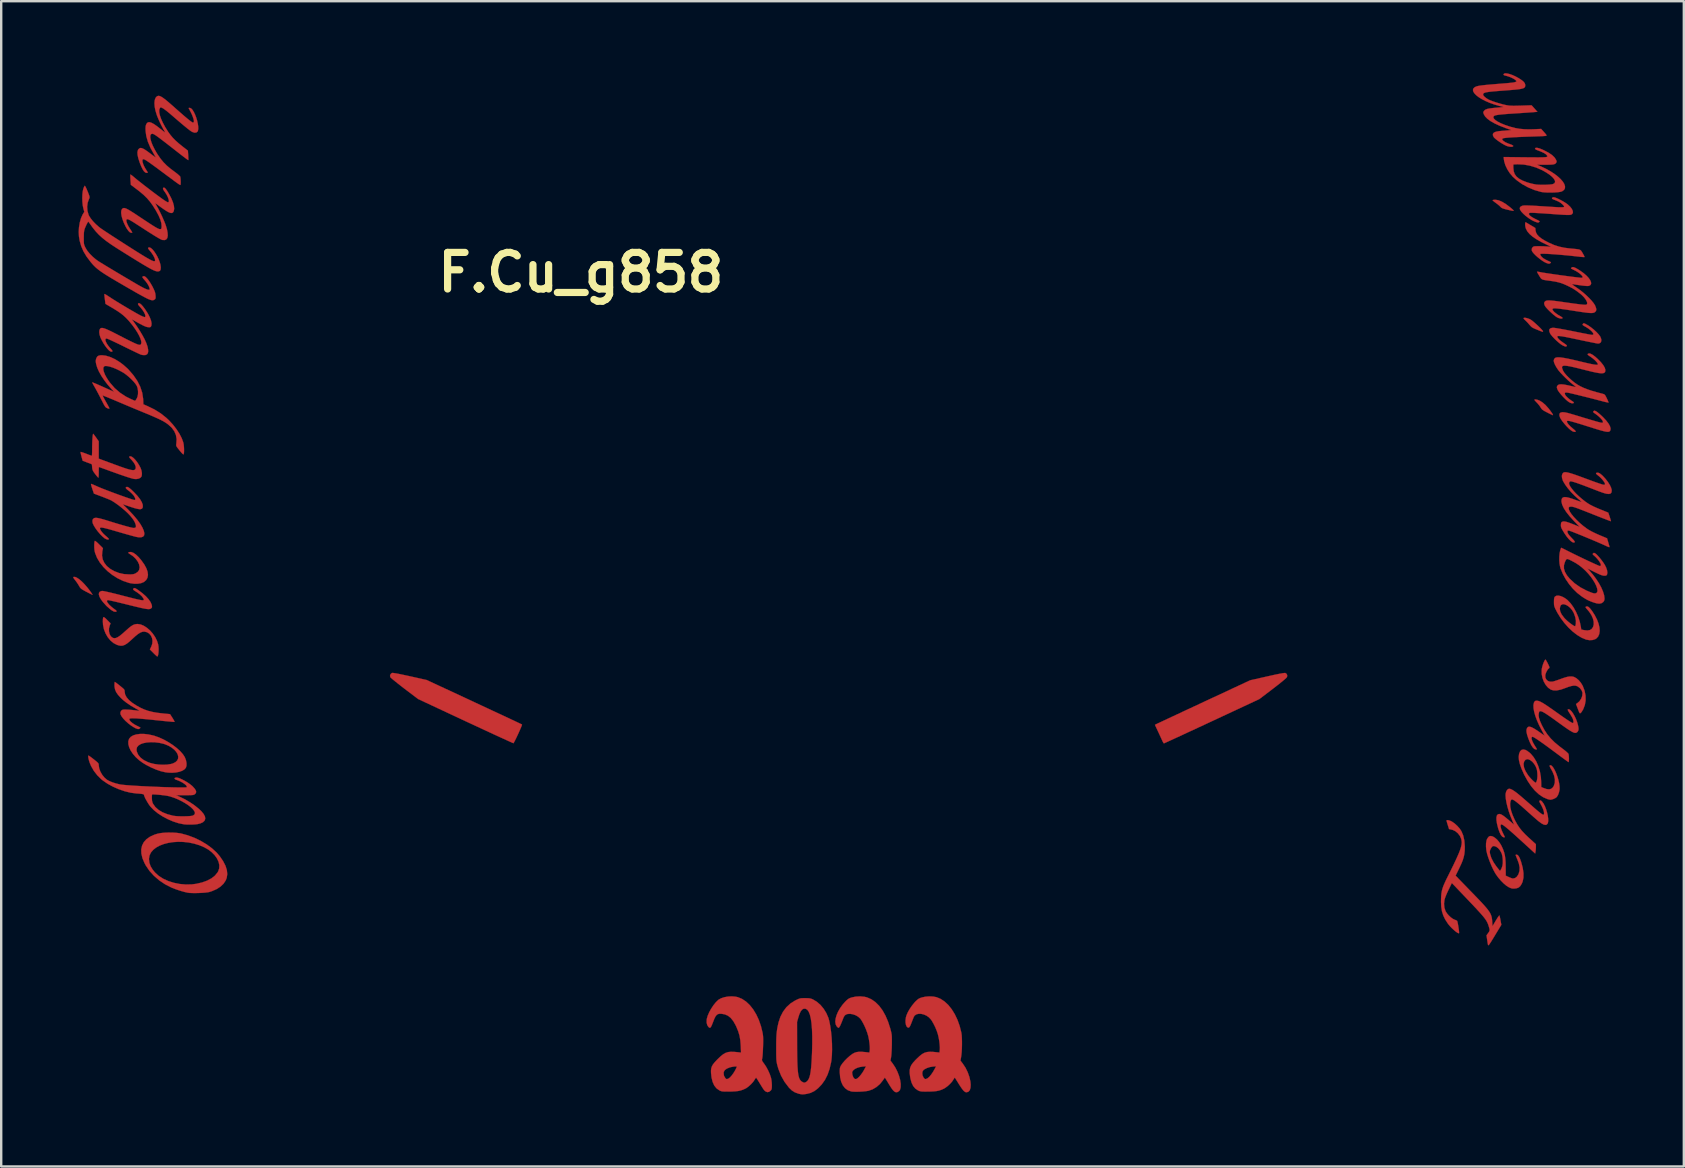
<source format=kicad_pcb>
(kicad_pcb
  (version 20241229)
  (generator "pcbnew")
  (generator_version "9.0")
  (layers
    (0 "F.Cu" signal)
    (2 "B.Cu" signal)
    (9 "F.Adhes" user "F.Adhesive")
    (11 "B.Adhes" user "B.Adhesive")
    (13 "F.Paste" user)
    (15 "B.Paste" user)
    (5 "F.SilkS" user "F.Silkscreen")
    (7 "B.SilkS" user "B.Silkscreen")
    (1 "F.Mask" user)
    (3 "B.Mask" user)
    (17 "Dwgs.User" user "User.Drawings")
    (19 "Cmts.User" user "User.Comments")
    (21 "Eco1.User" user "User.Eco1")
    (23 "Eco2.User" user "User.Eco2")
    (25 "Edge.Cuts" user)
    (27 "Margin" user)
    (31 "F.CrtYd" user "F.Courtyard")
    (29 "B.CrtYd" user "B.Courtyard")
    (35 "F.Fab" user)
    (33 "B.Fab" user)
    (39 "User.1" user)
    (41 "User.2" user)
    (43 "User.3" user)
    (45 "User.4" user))
  (footprint "F.Cu_g858"
    (layer "F.Cu")
    (at 21.151 8.301)
    (property "Reference" "F.Cu_g858" (at 0 0 0) (layer "F.SilkS") (effects (font (size 1.524 1.524) (thickness 0.3))))
    (attr through_hole)
    (fp_poly (pts (xy 38.232 -3.008) (xy 38.373 -2.95) (xy 38.533 -2.855) (xy 38.71 -2.721) (xy 38.809 -2.637) (xy 38.847 -2.601) (xy 38.865 -2.578) (xy 38.859 -2.566) (xy 38.826 -2.567) (xy 38.76 -2.579) (xy 38.659 -2.602) (xy 38.589 -2.618) (xy 38.485 -2.645) (xy 38.413 -2.668) (xy 38.365 -2.691) (xy 38.33 -2.719) (xy 38.315 -2.735) (xy 38.272 -2.777) (xy 38.207 -2.832) (xy 38.132 -2.889) (xy 38.118 -2.899) (xy 38.054 -2.946) (xy 38.008 -2.985) (xy 37.988 -3.01) (xy 37.988 -3.013) (xy 38.015 -3.021) (xy 38.07 -3.026) (xy 38.109 -3.027) (xy 38.232 -3.008)) (stroke (width 0.01) (type solid)) (fill yes) (layer "F.Cu"))
    (fp_poly (pts (xy -20.999 12.718) (xy -20.905 12.78) (xy -20.8 12.869) (xy -20.687 12.983) (xy -20.569 13.118) (xy -20.488 13.221) (xy -20.43 13.3) (xy -20.384 13.365) (xy -20.354 13.411) (xy -20.345 13.43) (xy -20.345 13.43) (xy -20.365 13.424) (xy -20.416 13.401) (xy -20.489 13.364) (xy -20.578 13.318) (xy -20.597 13.309) (xy -20.698 13.254) (xy -20.769 13.213) (xy -20.818 13.179) (xy -20.853 13.145) (xy -20.882 13.105) (xy -20.908 13.059) (xy -20.959 12.976) (xy -21.022 12.885) (xy -21.072 12.819) (xy -21.122 12.755) (xy -21.146 12.715) (xy -21.146 12.694) (xy -21.137 12.687) (xy -21.077 12.686) (xy -20.999 12.718)) (stroke (width 0.01) (type solid)) (fill yes) (layer "F.Cu"))
    (fp_poly (pts (xy 39.793 5.293) (xy 39.858 5.307) (xy 39.93 5.333) (xy 39.956 5.345) (xy 40.074 5.421) (xy 40.198 5.53) (xy 40.322 5.669) (xy 40.374 5.737) (xy 40.442 5.83) (xy 40.484 5.894) (xy 40.503 5.932) (xy 40.502 5.946) (xy 40.498 5.947) (xy 40.473 5.937) (xy 40.42 5.912) (xy 40.344 5.876) (xy 40.263 5.835) (xy 40.167 5.785) (xy 40.1 5.745) (xy 40.053 5.71) (xy 40.02 5.673) (xy 39.99 5.627) (xy 39.985 5.619) (xy 39.934 5.544) (xy 39.868 5.463) (xy 39.827 5.42) (xy 39.777 5.368) (xy 39.742 5.328) (xy 39.73 5.308) (xy 39.747 5.293) (xy 39.793 5.293)) (stroke (width 0.01) (type solid)) (fill yes) (layer "F.Cu"))
    (fp_poly (pts (xy 39.366 1.892) (xy 39.442 1.911) (xy 39.524 1.941) (xy 39.57 1.964) (xy 39.617 1.995) (xy 39.681 2.046) (xy 39.757 2.112) (xy 39.838 2.185) (xy 39.917 2.26) (xy 39.988 2.331) (xy 40.045 2.392) (xy 40.081 2.436) (xy 40.09 2.455) (xy 40.088 2.467) (xy 40.08 2.472) (xy 40.059 2.468) (xy 40.017 2.455) (xy 39.95 2.429) (xy 39.851 2.389) (xy 39.839 2.384) (xy 39.739 2.343) (xy 39.669 2.309) (xy 39.617 2.276) (xy 39.573 2.236) (xy 39.526 2.182) (xy 39.521 2.177) (xy 39.459 2.105) (xy 39.393 2.036) (xy 39.344 1.989) (xy 39.3 1.947) (xy 39.278 1.912) (xy 39.277 1.901) (xy 39.308 1.888) (xy 39.366 1.892)) (stroke (width 0.01) (type solid)) (fill yes) (layer "F.Cu"))
    (fp_poly (pts (xy 29.401 16.721) (xy 29.429 16.777) (xy 29.425 16.845) (xy 29.416 16.866) (xy 29.393 16.893) (xy 29.339 16.942) (xy 29.258 17.011) (xy 29.155 17.095) (xy 29.032 17.193) (xy 28.894 17.3) (xy 28.829 17.35) (xy 28.268 17.777) (xy 26.289 18.7) (xy 26.017 18.827) (xy 25.755 18.948) (xy 25.507 19.064) (xy 25.274 19.171) (xy 25.06 19.271) (xy 24.867 19.36) (xy 24.698 19.438) (xy 24.554 19.504) (xy 24.44 19.556) (xy 24.356 19.594) (xy 24.307 19.616) (xy 24.293 19.622) (xy 24.276 19.604) (xy 24.249 19.558) (xy 24.226 19.51) (xy 24.198 19.449) (xy 24.158 19.361) (xy 24.109 19.256) (xy 24.058 19.146) (xy 24.048 19.124) (xy 23.919 18.849) (xy 23.991 18.812) (xy 24.02 18.798) (xy 24.085 18.768) (xy 24.183 18.722) (xy 24.311 18.662) (xy 24.466 18.589) (xy 24.646 18.505) (xy 24.849 18.41) (xy 25.071 18.306) (xy 25.309 18.195) (xy 25.562 18.077) (xy 25.826 17.954) (xy 25.975 17.884) (xy 27.887 16.993) (xy 28.59 16.834) (xy 28.801 16.787) (xy 28.981 16.748) (xy 29.127 16.719) (xy 29.239 16.699) (xy 29.313 16.689) (xy 29.348 16.688) (xy 29.401 16.721)) (stroke (width 0.01) (type solid)) (fill yes) (layer "F.Cu"))
    (fp_poly (pts (xy -7.821 16.688) (xy -7.74 16.699) (xy -7.619 16.72) (xy -7.46 16.753) (xy -7.261 16.795) (xy -7.114 16.827) (xy -6.424 16.981) (xy -4.445 17.902) (xy -4.173 18.029) (xy -3.911 18.151) (xy -3.663 18.267) (xy -3.43 18.375) (xy -3.216 18.475) (xy -3.023 18.565) (xy -2.854 18.645) (xy -2.711 18.712) (xy -2.597 18.766) (xy -2.513 18.806) (xy -2.464 18.829) (xy -2.451 18.836) (xy -2.455 18.858) (xy -2.474 18.911) (xy -2.506 18.988) (xy -2.547 19.082) (xy -2.593 19.185) (xy -2.642 19.291) (xy -2.69 19.393) (xy -2.734 19.483) (xy -2.771 19.555) (xy -2.797 19.601) (xy -2.808 19.615) (xy -2.829 19.607) (xy -2.886 19.582) (xy -2.977 19.542) (xy -3.097 19.487) (xy -3.246 19.419) (xy -3.421 19.339) (xy -3.619 19.248) (xy -3.837 19.147) (xy -4.072 19.038) (xy -4.324 18.921) (xy -4.588 18.798) (xy -4.804 18.698) (xy -6.781 17.774) (xy -7.351 17.341) (xy -7.487 17.236) (xy -7.612 17.138) (xy -7.723 17.049) (xy -7.816 16.974) (xy -7.886 16.915) (xy -7.929 16.875) (xy -7.94 16.861) (xy -7.95 16.797) (xy -7.927 16.736) (xy -7.88 16.694) (xy -7.861 16.687) (xy -7.821 16.688)) (stroke (width 0.01) (type solid)) (fill yes) (layer "F.Cu"))
    (fp_poly (pts (xy -20.229 11.191) (xy -20.186 11.223) (xy -20.127 11.275) (xy -20.073 11.328) (xy -19.912 11.489) (xy -19.938 11.627) (xy -19.95 11.795) (xy -19.922 11.954) (xy -19.854 12.101) (xy -19.749 12.235) (xy -19.607 12.352) (xy -19.446 12.444) (xy -19.243 12.523) (xy -19.039 12.568) (xy -18.838 12.581) (xy -18.736 12.58) (xy -18.663 12.575) (xy -18.608 12.562) (xy -18.557 12.54) (xy -18.548 12.535) (xy -18.457 12.472) (xy -18.404 12.395) (xy -18.385 12.298) (xy -18.385 12.277) (xy -18.406 12.163) (xy -18.462 12.045) (xy -18.548 11.929) (xy -18.658 11.823) (xy -18.78 11.74) (xy -18.837 11.704) (xy -18.856 11.679) (xy -18.841 11.661) (xy -18.817 11.652) (xy -18.737 11.648) (xy -18.643 11.683) (xy -18.539 11.754) (xy -18.426 11.861) (xy -18.319 11.986) (xy -18.194 12.16) (xy -18.105 12.322) (xy -18.052 12.47) (xy -18.036 12.603) (xy -18.056 12.719) (xy -18.112 12.818) (xy -18.205 12.897) (xy -18.216 12.903) (xy -18.325 12.947) (xy -18.46 12.969) (xy -18.612 12.97) (xy -18.769 12.949) (xy -18.831 12.934) (xy -19.071 12.853) (xy -19.302 12.742) (xy -19.519 12.606) (xy -19.717 12.449) (xy -19.892 12.275) (xy -20.04 12.089) (xy -20.157 11.894) (xy -20.237 11.694) (xy -20.256 11.619) (xy -20.267 11.547) (xy -20.273 11.46) (xy -20.274 11.369) (xy -20.271 11.285) (xy -20.263 11.219) (xy -20.25 11.184) (xy -20.25 11.183) (xy -20.229 11.191)) (stroke (width 0.01) (type solid)) (fill yes) (layer "F.Cu"))
    (fp_poly (pts (xy -19.854 14.371) (xy -19.801 14.415) (xy -19.74 14.476) (xy -19.594 14.623) (xy -19.629 14.71) (xy -19.66 14.828) (xy -19.662 14.948) (xy -19.638 15.06) (xy -19.589 15.152) (xy -19.547 15.194) (xy -19.492 15.228) (xy -19.433 15.24) (xy -19.368 15.23) (xy -19.291 15.195) (xy -19.2 15.133) (xy -19.089 15.042) (xy -18.955 14.922) (xy -18.839 14.819) (xy -18.745 14.744) (xy -18.663 14.693) (xy -18.588 14.663) (xy -18.513 14.65) (xy -18.468 14.648) (xy -18.341 14.667) (xy -18.209 14.722) (xy -18.078 14.807) (xy -17.951 14.917) (xy -17.836 15.047) (xy -17.738 15.191) (xy -17.661 15.344) (xy -17.612 15.494) (xy -17.599 15.579) (xy -17.593 15.675) (xy -17.594 15.772) (xy -17.601 15.863) (xy -17.613 15.937) (xy -17.631 15.987) (xy -17.649 16.002) (xy -17.67 15.988) (xy -17.713 15.95) (xy -17.771 15.895) (xy -17.811 15.855) (xy -17.957 15.707) (xy -17.9 15.595) (xy -17.857 15.472) (xy -17.847 15.349) (xy -17.867 15.233) (xy -17.914 15.13) (xy -17.985 15.047) (xy -18.077 14.99) (xy -18.187 14.965) (xy -18.207 14.965) (xy -18.28 14.976) (xy -18.361 15.009) (xy -18.455 15.069) (xy -18.565 15.158) (xy -18.682 15.265) (xy -18.807 15.379) (xy -18.911 15.463) (xy -19.003 15.518) (xy -19.086 15.548) (xy -19.169 15.554) (xy -19.257 15.539) (xy -19.336 15.513) (xy -19.475 15.44) (xy -19.603 15.331) (xy -19.714 15.195) (xy -19.804 15.037) (xy -19.871 14.864) (xy -19.908 14.684) (xy -19.915 14.552) (xy -19.913 14.448) (xy -19.905 14.385) (xy -19.887 14.36) (xy -19.854 14.371)) (stroke (width 0.01) (type solid)) (fill yes) (layer "F.Cu"))
    (fp_poly (pts (xy -18.018 19.249) (xy -17.824 19.291) (xy -17.769 19.306) (xy -17.574 19.375) (xy -17.376 19.465) (xy -17.184 19.572) (xy -17.002 19.69) (xy -16.836 19.816) (xy -16.694 19.945) (xy -16.58 20.074) (xy -16.501 20.197) (xy -16.499 20.202) (xy -16.453 20.322) (xy -16.43 20.442) (xy -16.431 20.55) (xy -16.454 20.632) (xy -16.514 20.704) (xy -16.608 20.762) (xy -16.73 20.806) (xy -16.875 20.835) (xy -17.036 20.846) (xy -17.207 20.839) (xy -17.312 20.825) (xy -17.494 20.783) (xy -17.695 20.715) (xy -17.904 20.625) (xy -18.11 20.519) (xy -18.256 20.431) (xy -18.413 20.316) (xy -18.55 20.19) (xy -18.665 20.056) (xy -18.756 19.919) (xy -18.776 19.877) (xy -18.514 19.877) (xy -18.502 19.959) (xy -18.445 20.093) (xy -18.349 20.212) (xy -18.217 20.314) (xy -18.05 20.399) (xy -17.942 20.438) (xy -17.775 20.479) (xy -17.594 20.504) (xy -17.41 20.513) (xy -17.234 20.506) (xy -17.078 20.481) (xy -16.997 20.458) (xy -16.89 20.404) (xy -16.818 20.335) (xy -16.78 20.254) (xy -16.776 20.164) (xy -16.802 20.07) (xy -16.858 19.975) (xy -16.941 19.883) (xy -17.05 19.796) (xy -17.182 19.719) (xy -17.337 19.655) (xy -17.4 19.636) (xy -17.569 19.598) (xy -17.748 19.577) (xy -17.927 19.573) (xy -18.095 19.586) (xy -18.242 19.616) (xy -18.341 19.653) (xy -18.438 19.715) (xy -18.495 19.788) (xy -18.514 19.877) (xy -18.776 19.877) (xy -18.82 19.783) (xy -18.853 19.654) (xy -18.855 19.535) (xy -18.822 19.431) (xy -18.822 19.431) (xy -18.755 19.352) (xy -18.655 19.291) (xy -18.527 19.25) (xy -18.374 19.229) (xy -18.203 19.228) (xy -18.018 19.249)) (stroke (width 0.01) (type solid)) (fill yes) (layer "F.Cu"))
    (fp_poly (pts (xy 40.207 16.147) (xy 40.236 16.194) (xy 40.273 16.263) (xy 40.292 16.3) (xy 40.331 16.382) (xy 40.352 16.434) (xy 40.358 16.465) (xy 40.351 16.483) (xy 40.339 16.491) (xy 40.297 16.531) (xy 40.253 16.597) (xy 40.214 16.677) (xy 40.188 16.756) (xy 40.184 16.777) (xy 40.186 16.876) (xy 40.224 16.959) (xy 40.29 17.019) (xy 40.378 17.051) (xy 40.477 17.051) (xy 40.529 17.039) (xy 40.61 17.014) (xy 40.708 16.981) (xy 40.813 16.943) (xy 40.817 16.941) (xy 40.974 16.886) (xy 41.101 16.85) (xy 41.205 16.833) (xy 41.292 16.833) (xy 41.37 16.85) (xy 41.388 16.857) (xy 41.483 16.91) (xy 41.58 16.994) (xy 41.668 17.099) (xy 41.738 17.214) (xy 41.742 17.221) (xy 41.82 17.426) (xy 41.861 17.631) (xy 41.865 17.832) (xy 41.832 18.024) (xy 41.763 18.202) (xy 41.698 18.31) (xy 41.656 18.359) (xy 41.626 18.368) (xy 41.601 18.339) (xy 41.59 18.314) (xy 41.571 18.264) (xy 41.543 18.192) (xy 41.515 18.119) (xy 41.463 17.981) (xy 41.512 17.95) (xy 41.606 17.868) (xy 41.677 17.764) (xy 41.722 17.648) (xy 41.733 17.532) (xy 41.728 17.493) (xy 41.693 17.404) (xy 41.627 17.32) (xy 41.541 17.254) (xy 41.515 17.24) (xy 41.448 17.219) (xy 41.369 17.215) (xy 41.272 17.231) (xy 41.152 17.266) (xy 41.015 17.317) (xy 40.828 17.382) (xy 40.667 17.414) (xy 40.533 17.416) (xy 40.424 17.386) (xy 40.415 17.382) (xy 40.3 17.301) (xy 40.201 17.187) (xy 40.122 17.049) (xy 40.065 16.894) (xy 40.034 16.729) (xy 40.033 16.564) (xy 40.041 16.501) (xy 40.059 16.422) (xy 40.085 16.337) (xy 40.115 16.256) (xy 40.146 16.187) (xy 40.173 16.142) (xy 40.19 16.129) (xy 40.207 16.147)) (stroke (width 0.01) (type solid)) (fill yes) (layer "F.Cu"))
    (fp_poly (pts (xy -18.557 13.163) (xy -18.499 13.196) (xy -18.44 13.236) (xy -18.271 13.362) (xy -18.127 13.489) (xy -18.012 13.615) (xy -17.929 13.734) (xy -17.881 13.845) (xy -17.874 13.878) (xy -17.868 13.936) (xy -17.878 13.971) (xy -17.91 13.999) (xy -17.916 14.003) (xy -17.94 14.016) (xy -17.968 14.024) (xy -18.004 14.028) (xy -18.051 14.026) (xy -18.115 14.018) (xy -18.199 14.003) (xy -18.306 13.981) (xy -18.44 13.95) (xy -18.606 13.91) (xy -18.807 13.861) (xy -18.919 13.833) (xy -19.09 13.791) (xy -19.249 13.752) (xy -19.392 13.718) (xy -19.514 13.69) (xy -19.609 13.669) (xy -19.672 13.656) (xy -19.697 13.652) (xy -19.739 13.665) (xy -19.747 13.7) (xy -19.722 13.755) (xy -19.665 13.828) (xy -19.651 13.844) (xy -19.577 13.914) (xy -19.492 13.985) (xy -19.439 14.024) (xy -19.371 14.074) (xy -19.342 14.11) (xy -19.352 14.131) (xy -19.401 14.139) (xy -19.409 14.139) (xy -19.467 14.124) (xy -19.547 14.078) (xy -19.597 14.043) (xy -19.763 13.898) (xy -19.916 13.728) (xy -19.996 13.619) (xy -20.056 13.511) (xy -20.082 13.42) (xy -20.076 13.348) (xy -20.037 13.298) (xy -19.967 13.274) (xy -19.93 13.271) (xy -19.889 13.277) (xy -19.812 13.292) (xy -19.706 13.315) (xy -19.576 13.345) (xy -19.428 13.381) (xy -19.268 13.421) (xy -19.188 13.442) (xy -18.957 13.502) (xy -18.764 13.551) (xy -18.605 13.591) (xy -18.479 13.621) (xy -18.381 13.642) (xy -18.308 13.655) (xy -18.258 13.66) (xy -18.226 13.656) (xy -18.211 13.646) (xy -18.209 13.629) (xy -18.217 13.605) (xy -18.231 13.575) (xy -18.232 13.574) (xy -18.286 13.499) (xy -18.373 13.416) (xy -18.484 13.332) (xy -18.548 13.291) (xy -18.617 13.246) (xy -18.652 13.213) (xy -18.655 13.187) (xy -18.629 13.162) (xy -18.621 13.157) (xy -18.596 13.151) (xy -18.557 13.163)) (stroke (width 0.01) (type solid)) (fill yes) (layer "F.Cu"))
    (fp_poly (pts (xy 40.59 -3.122) (xy 40.667 -3.092) (xy 40.761 -3.048) (xy 40.862 -2.996) (xy 40.963 -2.938) (xy 41.053 -2.881) (xy 41.12 -2.832) (xy 41.218 -2.74) (xy 41.287 -2.65) (xy 41.327 -2.567) (xy 41.335 -2.496) (xy 41.309 -2.44) (xy 41.291 -2.425) (xy 41.273 -2.414) (xy 41.25 -2.405) (xy 41.219 -2.399) (xy 41.176 -2.395) (xy 41.117 -2.395) (xy 41.038 -2.397) (xy 40.934 -2.402) (xy 40.802 -2.41) (xy 40.638 -2.421) (xy 40.439 -2.436) (xy 40.314 -2.445) (xy 40.142 -2.457) (xy 39.982 -2.467) (xy 39.839 -2.475) (xy 39.719 -2.482) (xy 39.626 -2.485) (xy 39.566 -2.486) (xy 39.547 -2.484) (xy 39.504 -2.462) (xy 39.499 -2.427) (xy 39.529 -2.381) (xy 39.592 -2.328) (xy 39.686 -2.27) (xy 39.787 -2.218) (xy 39.871 -2.178) (xy 39.922 -2.15) (xy 39.945 -2.132) (xy 39.945 -2.117) (xy 39.931 -2.103) (xy 39.905 -2.085) (xy 39.883 -2.078) (xy 39.853 -2.082) (xy 39.802 -2.099) (xy 39.762 -2.112) (xy 39.639 -2.168) (xy 39.503 -2.253) (xy 39.362 -2.36) (xy 39.272 -2.44) (xy 39.182 -2.536) (xy 39.131 -2.617) (xy 39.119 -2.684) (xy 39.147 -2.736) (xy 39.214 -2.774) (xy 39.216 -2.775) (xy 39.242 -2.781) (xy 39.273 -2.787) (xy 39.314 -2.79) (xy 39.368 -2.791) (xy 39.439 -2.79) (xy 39.531 -2.787) (xy 39.648 -2.782) (xy 39.793 -2.774) (xy 39.969 -2.763) (xy 40.182 -2.749) (xy 40.37 -2.737) (xy 40.556 -2.726) (xy 40.703 -2.717) (xy 40.814 -2.714) (xy 40.893 -2.715) (xy 40.943 -2.721) (xy 40.967 -2.735) (xy 40.968 -2.755) (xy 40.95 -2.782) (xy 40.917 -2.818) (xy 40.891 -2.843) (xy 40.831 -2.894) (xy 40.761 -2.939) (xy 40.672 -2.982) (xy 40.554 -3.03) (xy 40.508 -3.047) (xy 40.467 -3.073) (xy 40.463 -3.103) (xy 40.493 -3.126) (xy 40.539 -3.133) (xy 40.59 -3.122)) (stroke (width 0.01) (type solid)) (fill yes) (layer "F.Cu"))
    (fp_poly (pts (xy 41.832 2.132) (xy 41.86 2.146) (xy 41.97 2.207) (xy 42.088 2.289) (xy 42.206 2.383) (xy 42.314 2.482) (xy 42.405 2.579) (xy 42.469 2.665) (xy 42.481 2.687) (xy 42.516 2.782) (xy 42.517 2.862) (xy 42.489 2.922) (xy 42.431 2.957) (xy 42.38 2.963) (xy 42.348 2.959) (xy 42.28 2.947) (xy 42.181 2.927) (xy 42.055 2.902) (xy 41.908 2.872) (xy 41.745 2.838) (xy 41.588 2.805) (xy 41.367 2.758) (xy 41.184 2.72) (xy 41.035 2.69) (xy 40.917 2.669) (xy 40.828 2.656) (xy 40.763 2.649) (xy 40.72 2.65) (xy 40.694 2.657) (xy 40.683 2.669) (xy 40.682 2.676) (xy 40.701 2.724) (xy 40.752 2.785) (xy 40.833 2.857) (xy 40.939 2.933) (xy 40.948 2.939) (xy 41.025 2.992) (xy 41.069 3.028) (xy 41.084 3.053) (xy 41.079 3.066) (xy 41.054 3.084) (xy 41.023 3.087) (xy 40.976 3.072) (xy 40.904 3.038) (xy 40.898 3.035) (xy 40.832 2.994) (xy 40.75 2.929) (xy 40.659 2.85) (xy 40.569 2.763) (xy 40.487 2.677) (xy 40.422 2.599) (xy 40.382 2.539) (xy 40.38 2.535) (xy 40.348 2.444) (xy 40.351 2.377) (xy 40.389 2.333) (xy 40.464 2.31) (xy 40.521 2.307) (xy 40.568 2.311) (xy 40.651 2.323) (xy 40.763 2.342) (xy 40.9 2.366) (xy 41.056 2.395) (xy 41.225 2.428) (xy 41.361 2.455) (xy 41.533 2.49) (xy 41.693 2.522) (xy 41.836 2.549) (xy 41.957 2.573) (xy 42.052 2.59) (xy 42.114 2.6) (xy 42.138 2.603) (xy 42.178 2.592) (xy 42.188 2.562) (xy 42.169 2.518) (xy 42.125 2.462) (xy 42.06 2.401) (xy 41.977 2.337) (xy 41.881 2.276) (xy 41.87 2.27) (xy 41.796 2.228) (xy 41.754 2.2) (xy 41.738 2.18) (xy 41.741 2.16) (xy 41.749 2.147) (xy 41.77 2.123) (xy 41.793 2.118) (xy 41.832 2.132)) (stroke (width 0.01) (type solid)) (fill yes) (layer "F.Cu"))
    (fp_poly (pts (xy 42.292 5.782) (xy 42.307 5.79) (xy 42.352 5.82) (xy 42.418 5.874) (xy 42.497 5.943) (xy 42.58 6.022) (xy 42.591 6.033) (xy 42.719 6.168) (xy 42.814 6.292) (xy 42.876 6.402) (xy 42.904 6.496) (xy 42.897 6.572) (xy 42.869 6.616) (xy 42.847 6.631) (xy 42.815 6.64) (xy 42.77 6.641) (xy 42.709 6.633) (xy 42.627 6.616) (xy 42.521 6.588) (xy 42.387 6.55) (xy 42.222 6.499) (xy 42.022 6.436) (xy 41.952 6.414) (xy 41.787 6.362) (xy 41.631 6.313) (xy 41.489 6.271) (xy 41.367 6.235) (xy 41.271 6.208) (xy 41.206 6.192) (xy 41.185 6.188) (xy 41.124 6.182) (xy 41.094 6.187) (xy 41.085 6.205) (xy 41.084 6.213) (xy 41.102 6.267) (xy 41.153 6.337) (xy 41.232 6.418) (xy 41.33 6.501) (xy 41.391 6.553) (xy 41.435 6.596) (xy 41.454 6.623) (xy 41.454 6.627) (xy 41.419 6.645) (xy 41.361 6.636) (xy 41.307 6.613) (xy 41.239 6.567) (xy 41.157 6.495) (xy 41.067 6.404) (xy 40.978 6.305) (xy 40.898 6.205) (xy 40.835 6.113) (xy 40.798 6.046) (xy 40.771 5.953) (xy 40.777 5.885) (xy 40.816 5.842) (xy 40.889 5.823) (xy 40.997 5.83) (xy 41.113 5.854) (xy 41.167 5.869) (xy 41.255 5.894) (xy 41.371 5.928) (xy 41.507 5.968) (xy 41.657 6.014) (xy 41.814 6.062) (xy 41.836 6.068) (xy 41.991 6.115) (xy 42.136 6.158) (xy 42.266 6.196) (xy 42.374 6.227) (xy 42.455 6.248) (xy 42.503 6.259) (xy 42.508 6.26) (xy 42.56 6.264) (xy 42.582 6.254) (xy 42.587 6.225) (xy 42.571 6.179) (xy 42.526 6.116) (xy 42.459 6.045) (xy 42.377 5.971) (xy 42.287 5.903) (xy 42.284 5.9) (xy 42.22 5.856) (xy 42.186 5.827) (xy 42.178 5.806) (xy 42.189 5.787) (xy 42.194 5.782) (xy 42.219 5.762) (xy 42.247 5.762) (xy 42.292 5.782)) (stroke (width 0.01) (type solid)) (fill yes) (layer "F.Cu"))
    (fp_poly (pts (xy -19.397 17.073) (xy -19.35 17.107) (xy -19.284 17.157) (xy -19.207 17.219) (xy -19.206 17.22) (xy -19.122 17.288) (xy -19.066 17.336) (xy -19.032 17.372) (xy -19.015 17.403) (xy -19.008 17.435) (xy -19.008 17.467) (xy -18.988 17.584) (xy -18.928 17.7) (xy -18.828 17.817) (xy -18.687 17.934) (xy -18.521 18.042) (xy -18.352 18.136) (xy -18.188 18.21) (xy -18.02 18.269) (xy -17.838 18.314) (xy -17.632 18.349) (xy -17.401 18.376) (xy -17.117 18.403) (xy -17.014 18.562) (xy -16.971 18.633) (xy -16.941 18.689) (xy -16.929 18.723) (xy -16.931 18.728) (xy -16.955 18.727) (xy -17.017 18.723) (xy -17.111 18.714) (xy -17.233 18.703) (xy -17.377 18.689) (xy -17.539 18.672) (xy -17.698 18.656) (xy -17.952 18.63) (xy -18.166 18.609) (xy -18.344 18.594) (xy -18.489 18.583) (xy -18.603 18.578) (xy -18.689 18.577) (xy -18.75 18.58) (xy -18.789 18.589) (xy -18.809 18.601) (xy -18.813 18.609) (xy -18.802 18.655) (xy -18.758 18.712) (xy -18.687 18.774) (xy -18.596 18.835) (xy -18.525 18.874) (xy -18.451 18.911) (xy -18.392 18.94) (xy -18.358 18.957) (xy -18.354 18.96) (xy -18.358 18.977) (xy -18.372 18.997) (xy -18.411 19.023) (xy -18.466 19.023) (xy -18.542 18.996) (xy -18.611 18.96) (xy -18.739 18.879) (xy -18.862 18.785) (xy -18.974 18.684) (xy -19.069 18.583) (xy -19.14 18.488) (xy -19.18 18.406) (xy -19.181 18.401) (xy -19.183 18.324) (xy -19.151 18.26) (xy -19.098 18.222) (xy -19.048 18.213) (xy -18.961 18.212) (xy -18.842 18.218) (xy -18.696 18.23) (xy -18.526 18.249) (xy -18.447 18.259) (xy -18.41 18.263) (xy -18.398 18.259) (xy -18.412 18.246) (xy -18.456 18.219) (xy -18.534 18.176) (xy -18.538 18.174) (xy -18.748 18.052) (xy -18.924 17.934) (xy -19.075 17.814) (xy -19.167 17.727) (xy -19.28 17.604) (xy -19.359 17.491) (xy -19.407 17.379) (xy -19.429 17.262) (xy -19.431 17.204) (xy -19.429 17.132) (xy -19.424 17.081) (xy -19.418 17.06) (xy -19.418 17.06) (xy -19.397 17.073)) (stroke (width 0.01) (type solid)) (fill yes) (layer "F.Cu"))
    (fp_poly (pts (xy 39.358 19.895) (xy 39.435 19.936) (xy 39.574 20.048) (xy 39.698 20.196) (xy 39.806 20.372) (xy 39.893 20.572) (xy 39.959 20.791) (xy 39.999 21.021) (xy 40.012 21.214) (xy 40.016 21.441) (xy 40.111 21.481) (xy 40.24 21.526) (xy 40.345 21.537) (xy 40.429 21.515) (xy 40.496 21.459) (xy 40.537 21.396) (xy 40.579 21.269) (xy 40.584 21.125) (xy 40.552 20.968) (xy 40.485 20.8) (xy 40.43 20.701) (xy 40.392 20.633) (xy 40.368 20.579) (xy 40.363 20.548) (xy 40.364 20.546) (xy 40.402 20.53) (xy 40.447 20.551) (xy 40.496 20.603) (xy 40.547 20.68) (xy 40.598 20.778) (xy 40.646 20.891) (xy 40.69 21.014) (xy 40.728 21.141) (xy 40.757 21.268) (xy 40.775 21.389) (xy 40.78 21.499) (xy 40.776 21.558) (xy 40.752 21.671) (xy 40.713 21.774) (xy 40.664 21.852) (xy 40.644 21.872) (xy 40.586 21.91) (xy 40.508 21.944) (xy 40.431 21.965) (xy 40.397 21.969) (xy 40.35 21.962) (xy 40.286 21.946) (xy 40.27 21.941) (xy 40.093 21.864) (xy 39.92 21.747) (xy 39.753 21.593) (xy 39.593 21.403) (xy 39.443 21.179) (xy 39.304 20.925) (xy 39.285 20.885) (xy 39.19 20.67) (xy 39.132 20.505) (xy 39.279 20.505) (xy 39.3 20.633) (xy 39.359 20.775) (xy 39.456 20.932) (xy 39.465 20.946) (xy 39.521 21.018) (xy 39.585 21.09) (xy 39.651 21.157) (xy 39.711 21.212) (xy 39.759 21.248) (xy 39.789 21.26) (xy 39.794 21.258) (xy 39.81 21.228) (xy 39.83 21.176) (xy 39.833 21.169) (xy 39.849 21.087) (xy 39.856 20.98) (xy 39.853 20.864) (xy 39.84 20.755) (xy 39.826 20.688) (xy 39.779 20.572) (xy 39.713 20.467) (xy 39.636 20.38) (xy 39.552 20.317) (xy 39.47 20.284) (xy 39.421 20.281) (xy 39.355 20.309) (xy 39.307 20.369) (xy 39.282 20.455) (xy 39.279 20.505) (xy 39.132 20.505) (xy 39.124 20.483) (xy 39.086 20.321) (xy 39.076 20.18) (xy 39.091 20.058) (xy 39.094 20.049) (xy 39.134 19.953) (xy 39.192 19.895) (xy 39.267 19.876) (xy 39.358 19.895)) (stroke (width 0.01) (type solid)) (fill yes) (layer "F.Cu"))
    (fp_poly (pts (xy 40.824 13.484) (xy 40.931 13.529) (xy 41.041 13.597) (xy 41.114 13.655) (xy 41.24 13.788) (xy 41.359 13.954) (xy 41.465 14.145) (xy 41.555 14.351) (xy 41.623 14.564) (xy 41.667 14.775) (xy 41.668 14.779) (xy 41.682 14.878) (xy 41.799 14.903) (xy 41.933 14.917) (xy 42.04 14.901) (xy 42.114 14.857) (xy 42.174 14.772) (xy 42.202 14.667) (xy 42.199 14.546) (xy 42.166 14.414) (xy 42.104 14.277) (xy 42.014 14.139) (xy 41.955 14.069) (xy 41.899 14.005) (xy 41.869 13.966) (xy 41.86 13.943) (xy 41.87 13.929) (xy 41.885 13.921) (xy 41.932 13.914) (xy 41.983 13.937) (xy 42.043 13.993) (xy 42.116 14.084) (xy 42.131 14.104) (xy 42.248 14.286) (xy 42.339 14.464) (xy 42.403 14.635) (xy 42.44 14.794) (xy 42.45 14.939) (xy 42.432 15.066) (xy 42.385 15.172) (xy 42.31 15.252) (xy 42.259 15.282) (xy 42.149 15.316) (xy 42.021 15.321) (xy 41.891 15.299) (xy 41.878 15.295) (xy 41.698 15.219) (xy 41.512 15.107) (xy 41.327 14.964) (xy 41.146 14.794) (xy 40.976 14.602) (xy 40.82 14.394) (xy 40.684 14.173) (xy 40.646 14.1) (xy 40.6 14.009) (xy 40.597 14.001) (xy 40.788 14.001) (xy 40.803 14.114) (xy 40.858 14.238) (xy 40.955 14.371) (xy 41.005 14.427) (xy 41.068 14.489) (xy 41.142 14.554) (xy 41.221 14.617) (xy 41.297 14.673) (xy 41.361 14.715) (xy 41.408 14.738) (xy 41.427 14.74) (xy 41.439 14.716) (xy 41.451 14.664) (xy 41.456 14.635) (xy 41.459 14.507) (xy 41.432 14.362) (xy 41.379 14.211) (xy 41.359 14.167) (xy 41.296 14.063) (xy 41.22 13.974) (xy 41.136 13.903) (xy 41.051 13.853) (xy 40.969 13.827) (xy 40.897 13.827) (xy 40.841 13.857) (xy 40.813 13.896) (xy 40.788 14.001) (xy 40.597 14.001) (xy 40.571 13.941) (xy 40.554 13.885) (xy 40.547 13.826) (xy 40.545 13.751) (xy 40.545 13.727) (xy 40.547 13.633) (xy 40.554 13.572) (xy 40.568 13.531) (xy 40.585 13.507) (xy 40.644 13.471) (xy 40.726 13.464) (xy 40.824 13.484)) (stroke (width 0.01) (type solid)) (fill yes) (layer "F.Cu"))
    (fp_poly (pts (xy -17.006 23.339) (xy -16.838 23.35) (xy -16.691 23.37) (xy -16.658 23.376) (xy -16.376 23.453) (xy -16.099 23.557) (xy -15.834 23.685) (xy -15.586 23.834) (xy -15.363 23.999) (xy -15.17 24.177) (xy -15.045 24.323) (xy -14.906 24.527) (xy -14.807 24.719) (xy -14.749 24.9) (xy -14.732 25.07) (xy -14.756 25.229) (xy -14.797 25.333) (xy -14.889 25.47) (xy -15.018 25.592) (xy -15.18 25.696) (xy -15.373 25.78) (xy -15.483 25.815) (xy -15.56 25.829) (xy -15.668 25.841) (xy -15.797 25.85) (xy -15.936 25.856) (xy -16.076 25.859) (xy -16.204 25.857) (xy -16.311 25.852) (xy -16.372 25.844) (xy -16.52 25.811) (xy -16.688 25.763) (xy -16.862 25.705) (xy -17.025 25.642) (xy -17.058 25.628) (xy -17.323 25.493) (xy -17.567 25.329) (xy -17.785 25.141) (xy -17.973 24.934) (xy -18.126 24.71) (xy -18.182 24.606) (xy -18.25 24.443) (xy -17.994 24.443) (xy -17.977 24.596) (xy -17.926 24.742) (xy -17.838 24.886) (xy -17.738 25.006) (xy -17.585 25.144) (xy -17.399 25.262) (xy -17.188 25.358) (xy -16.957 25.431) (xy -16.712 25.48) (xy -16.46 25.502) (xy -16.207 25.496) (xy -16.031 25.474) (xy -15.786 25.418) (xy -15.573 25.342) (xy -15.393 25.247) (xy -15.247 25.133) (xy -15.139 25.001) (xy -15.11 24.952) (xy -15.068 24.828) (xy -15.063 24.695) (xy -15.094 24.558) (xy -15.158 24.42) (xy -15.252 24.286) (xy -15.375 24.16) (xy -15.523 24.046) (xy -15.688 23.952) (xy -15.898 23.864) (xy -16.116 23.798) (xy -16.338 23.752) (xy -16.561 23.728) (xy -16.78 23.723) (xy -16.992 23.736) (xy -17.194 23.768) (xy -17.381 23.817) (xy -17.55 23.882) (xy -17.697 23.963) (xy -17.819 24.059) (xy -17.912 24.169) (xy -17.971 24.292) (xy -17.994 24.428) (xy -17.994 24.443) (xy -18.25 24.443) (xy -18.267 24.402) (xy -18.311 24.212) (xy -18.316 24.038) (xy -18.282 23.88) (xy -18.21 23.738) (xy -18.1 23.615) (xy -17.952 23.511) (xy -17.767 23.426) (xy -17.635 23.385) (xy -17.509 23.36) (xy -17.354 23.344) (xy -17.182 23.337) (xy -17.006 23.339)) (stroke (width 0.01) (type solid)) (fill yes) (layer "F.Cu"))
    (fp_poly (pts (xy 39.39 -2.078) (xy 39.441 -2.048) (xy 39.511 -2.006) (xy 39.574 -1.968) (xy 39.768 -1.852) (xy 39.777 -1.752) (xy 39.798 -1.663) (xy 39.844 -1.579) (xy 39.918 -1.496) (xy 40.024 -1.413) (xy 40.165 -1.326) (xy 40.333 -1.238) (xy 40.543 -1.145) (xy 40.757 -1.076) (xy 40.986 -1.027) (xy 41.233 -0.997) (xy 41.374 -0.984) (xy 41.479 -0.974) (xy 41.556 -0.963) (xy 41.61 -0.949) (xy 41.648 -0.931) (xy 41.677 -0.904) (xy 41.702 -0.867) (xy 41.732 -0.817) (xy 41.741 -0.801) (xy 41.781 -0.731) (xy 41.808 -0.677) (xy 41.819 -0.646) (xy 41.819 -0.642) (xy 41.794 -0.64) (xy 41.738 -0.643) (xy 41.659 -0.649) (xy 41.61 -0.655) (xy 41.394 -0.679) (xy 41.178 -0.702) (xy 40.968 -0.722) (xy 40.766 -0.739) (xy 40.579 -0.754) (xy 40.409 -0.766) (xy 40.261 -0.774) (xy 40.14 -0.779) (xy 40.049 -0.779) (xy 39.993 -0.775) (xy 39.978 -0.77) (xy 39.975 -0.74) (xy 39.998 -0.694) (xy 40.041 -0.642) (xy 40.097 -0.594) (xy 40.109 -0.586) (xy 40.178 -0.544) (xy 40.263 -0.5) (xy 40.317 -0.475) (xy 40.382 -0.445) (xy 40.414 -0.425) (xy 40.418 -0.409) (xy 40.401 -0.392) (xy 40.398 -0.39) (xy 40.364 -0.369) (xy 40.331 -0.364) (xy 40.284 -0.374) (xy 40.231 -0.393) (xy 40.151 -0.43) (xy 40.058 -0.488) (xy 39.959 -0.56) (xy 39.861 -0.639) (xy 39.771 -0.72) (xy 39.696 -0.797) (xy 39.644 -0.864) (xy 39.62 -0.912) (xy 39.622 -0.993) (xy 39.658 -1.054) (xy 39.703 -1.082) (xy 39.743 -1.089) (xy 39.816 -1.092) (xy 39.912 -1.093) (xy 40.021 -1.092) (xy 40.135 -1.089) (xy 40.242 -1.083) (xy 40.334 -1.076) (xy 40.402 -1.067) (xy 40.407 -1.066) (xy 40.411 -1.07) (xy 40.382 -1.088) (xy 40.325 -1.117) (xy 40.252 -1.152) (xy 40.014 -1.27) (xy 39.816 -1.382) (xy 39.655 -1.491) (xy 39.53 -1.599) (xy 39.439 -1.706) (xy 39.38 -1.815) (xy 39.36 -1.876) (xy 39.348 -1.941) (xy 39.344 -2.006) (xy 39.348 -2.059) (xy 39.358 -2.089) (xy 39.367 -2.091) (xy 39.39 -2.078)) (stroke (width 0.01) (type solid)) (fill yes) (layer "F.Cu"))
    (fp_poly (pts (xy 37.996 23.501) (xy 38.082 23.552) (xy 38.171 23.628) (xy 38.255 23.726) (xy 38.331 23.841) (xy 38.361 23.897) (xy 38.421 24.028) (xy 38.465 24.151) (xy 38.497 24.275) (xy 38.517 24.411) (xy 38.529 24.569) (xy 38.533 24.758) (xy 38.533 24.764) (xy 38.536 25.133) (xy 38.662 25.192) (xy 38.735 25.223) (xy 38.8 25.245) (xy 38.837 25.252) (xy 38.926 25.232) (xy 39.003 25.172) (xy 39.066 25.072) (xy 39.068 25.068) (xy 39.108 24.935) (xy 39.113 24.788) (xy 39.081 24.625) (xy 39.022 24.463) (xy 38.989 24.384) (xy 38.963 24.319) (xy 38.948 24.28) (xy 38.947 24.272) (xy 38.964 24.26) (xy 38.987 24.257) (xy 39.034 24.275) (xy 39.08 24.329) (xy 39.127 24.422) (xy 39.175 24.555) (xy 39.177 24.561) (xy 39.243 24.805) (xy 39.275 25.023) (xy 39.274 25.215) (xy 39.24 25.381) (xy 39.204 25.467) (xy 39.144 25.564) (xy 39.077 25.625) (xy 38.992 25.659) (xy 38.91 25.67) (xy 38.835 25.672) (xy 38.772 25.662) (xy 38.704 25.635) (xy 38.657 25.612) (xy 38.556 25.548) (xy 38.445 25.454) (xy 38.331 25.338) (xy 38.221 25.209) (xy 38.125 25.075) (xy 38.094 25.025) (xy 38.022 24.894) (xy 37.948 24.736) (xy 37.876 24.564) (xy 37.813 24.394) (xy 37.764 24.239) (xy 37.758 24.218) (xy 37.739 24.124) (xy 37.871 24.124) (xy 37.874 24.179) (xy 37.884 24.234) (xy 37.937 24.401) (xy 38.027 24.576) (xy 38.15 24.755) (xy 38.168 24.778) (xy 38.296 24.937) (xy 38.335 24.879) (xy 38.363 24.822) (xy 38.389 24.748) (xy 38.398 24.716) (xy 38.413 24.608) (xy 38.413 24.48) (xy 38.4 24.351) (xy 38.375 24.237) (xy 38.358 24.191) (xy 38.296 24.079) (xy 38.221 23.99) (xy 38.138 23.928) (xy 38.054 23.9) (xy 38.012 23.901) (xy 37.971 23.922) (xy 37.93 23.976) (xy 37.911 24.011) (xy 37.882 24.075) (xy 37.871 24.124) (xy 37.739 24.124) (xy 37.727 24.069) (xy 37.713 23.921) (xy 37.715 23.785) (xy 37.734 23.671) (xy 37.757 23.607) (xy 37.795 23.548) (xy 37.835 23.503) (xy 37.849 23.493) (xy 37.916 23.48) (xy 37.996 23.501)) (stroke (width 0.01) (type solid)) (fill yes) (layer "F.Cu"))
    (fp_poly (pts (xy -20.318 6.722) (xy -20.299 6.743) (xy -20.262 6.79) (xy -20.215 6.855) (xy -20.194 6.884) (xy -20.087 7.036) (xy -20.087 7.397) (xy -20.087 7.758) (xy -19.648 7.921) (xy -19.419 8.006) (xy -19.226 8.076) (xy -19.066 8.132) (xy -18.935 8.176) (xy -18.83 8.207) (xy -18.747 8.227) (xy -18.684 8.236) (xy -18.636 8.237) (xy -18.601 8.229) (xy -18.575 8.214) (xy -18.575 8.214) (xy -18.546 8.164) (xy -18.547 8.093) (xy -18.577 8.008) (xy -18.634 7.914) (xy -18.714 7.816) (xy -18.73 7.8) (xy -18.79 7.736) (xy -18.818 7.695) (xy -18.815 7.672) (xy -18.782 7.663) (xy -18.764 7.662) (xy -18.706 7.681) (xy -18.637 7.732) (xy -18.561 7.81) (xy -18.483 7.91) (xy -18.409 8.024) (xy -18.343 8.148) (xy -18.34 8.155) (xy -18.306 8.254) (xy -18.289 8.358) (xy -18.292 8.451) (xy -18.311 8.512) (xy -18.36 8.562) (xy -18.437 8.596) (xy -18.532 8.61) (xy -18.632 8.602) (xy -18.637 8.6) (xy -18.734 8.575) (xy -18.868 8.534) (xy -19.036 8.478) (xy -19.237 8.409) (xy -19.468 8.326) (xy -19.553 8.296) (xy -19.693 8.245) (xy -19.818 8.199) (xy -19.925 8.161) (xy -20.008 8.131) (xy -20.061 8.113) (xy -20.079 8.107) (xy -20.082 8.127) (xy -20.085 8.18) (xy -20.087 8.258) (xy -20.087 8.329) (xy -20.089 8.42) (xy -20.092 8.493) (xy -20.098 8.54) (xy -20.103 8.551) (xy -20.122 8.536) (xy -20.16 8.493) (xy -20.21 8.433) (xy -20.236 8.399) (xy -20.293 8.322) (xy -20.328 8.264) (xy -20.349 8.212) (xy -20.359 8.154) (xy -20.362 8.12) (xy -20.373 7.992) (xy -20.757 7.846) (xy -20.806 7.669) (xy -20.826 7.588) (xy -20.84 7.523) (xy -20.844 7.485) (xy -20.843 7.479) (xy -20.819 7.482) (xy -20.765 7.498) (xy -20.689 7.524) (xy -20.609 7.554) (xy -20.519 7.589) (xy -20.444 7.617) (xy -20.393 7.636) (xy -20.375 7.641) (xy -20.37 7.621) (xy -20.366 7.567) (xy -20.363 7.487) (xy -20.362 7.389) (xy -20.362 7.382) (xy -20.361 7.239) (xy -20.357 7.103) (xy -20.352 6.979) (xy -20.345 6.872) (xy -20.336 6.79) (xy -20.327 6.738) (xy -20.318 6.722) (xy -20.318 6.722)) (stroke (width 0.01) (type solid)) (fill yes) (layer "F.Cu"))
    (fp_poly (pts (xy 39.928 -5.172) (xy 40.046 -5.127) (xy 40.134 -5.086) (xy 40.319 -4.989) (xy 40.462 -4.893) (xy 40.564 -4.797) (xy 40.623 -4.71) (xy 40.649 -4.652) (xy 40.656 -4.616) (xy 40.646 -4.585) (xy 40.634 -4.566) (xy 40.612 -4.539) (xy 40.58 -4.519) (xy 40.534 -4.504) (xy 40.467 -4.495) (xy 40.373 -4.49) (xy 40.247 -4.487) (xy 40.156 -4.487) (xy 39.846 -4.486) (xy 40.01 -4.414) (xy 40.216 -4.316) (xy 40.401 -4.213) (xy 40.566 -4.105) (xy 40.708 -3.996) (xy 40.824 -3.888) (xy 40.914 -3.784) (xy 40.975 -3.684) (xy 41.005 -3.592) (xy 41.003 -3.51) (xy 40.966 -3.441) (xy 40.893 -3.386) (xy 40.87 -3.375) (xy 40.802 -3.356) (xy 40.702 -3.342) (xy 40.58 -3.333) (xy 40.445 -3.328) (xy 40.308 -3.328) (xy 40.178 -3.334) (xy 40.065 -3.345) (xy 40.005 -3.355) (xy 39.733 -3.433) (xy 39.469 -3.543) (xy 39.219 -3.68) (xy 38.994 -3.84) (xy 38.83 -3.987) (xy 38.708 -4.131) (xy 38.605 -4.29) (xy 38.524 -4.457) (xy 38.511 -4.498) (xy 38.851 -4.498) (xy 38.853 -4.35) (xy 38.868 -4.214) (xy 38.91 -4.097) (xy 38.983 -3.995) (xy 39.089 -3.907) (xy 39.231 -3.829) (xy 39.412 -3.759) (xy 39.476 -3.738) (xy 39.581 -3.709) (xy 39.694 -3.683) (xy 39.792 -3.665) (xy 39.804 -3.663) (xy 39.897 -3.655) (xy 40.011 -3.651) (xy 40.134 -3.651) (xy 40.257 -3.655) (xy 40.367 -3.662) (xy 40.456 -3.672) (xy 40.508 -3.684) (xy 40.568 -3.72) (xy 40.592 -3.771) (xy 40.581 -3.835) (xy 40.537 -3.908) (xy 40.462 -3.989) (xy 40.358 -4.075) (xy 40.226 -4.163) (xy 40.07 -4.252) (xy 40.055 -4.26) (xy 39.805 -4.369) (xy 39.545 -4.448) (xy 39.283 -4.495) (xy 39.03 -4.506) (xy 39 -4.505) (xy 38.851 -4.498) (xy 38.511 -4.498) (xy 38.473 -4.62) (xy 38.456 -4.727) (xy 38.45 -4.809) (xy 39.053 -4.801) (xy 39.314 -4.798) (xy 39.536 -4.796) (xy 39.721 -4.795) (xy 39.874 -4.794) (xy 39.996 -4.795) (xy 40.091 -4.797) (xy 40.163 -4.801) (xy 40.213 -4.806) (xy 40.246 -4.814) (xy 40.264 -4.823) (xy 40.27 -4.835) (xy 40.268 -4.849) (xy 40.261 -4.865) (xy 40.259 -4.868) (xy 40.211 -4.922) (xy 40.126 -4.978) (xy 40.006 -5.034) (xy 39.912 -5.071) (xy 39.826 -5.104) (xy 39.776 -5.13) (xy 39.756 -5.153) (xy 39.756 -5.162) (xy 39.781 -5.19) (xy 39.839 -5.193) (xy 39.928 -5.172)) (stroke (width 0.01) (type solid)) (fill yes) (layer "F.Cu"))
    (fp_poly (pts (xy 9.344 30.237) (xy 9.449 30.238) (xy 9.525 30.244) (xy 9.585 30.257) (xy 9.643 30.278) (xy 9.673 30.292) (xy 9.835 30.389) (xy 9.985 30.521) (xy 10.118 30.681) (xy 10.229 30.862) (xy 10.313 31.055) (xy 10.348 31.179) (xy 10.391 31.397) (xy 10.425 31.635) (xy 10.449 31.886) (xy 10.464 32.138) (xy 10.467 32.384) (xy 10.46 32.612) (xy 10.442 32.815) (xy 10.427 32.909) (xy 10.363 33.186) (xy 10.278 33.43) (xy 10.17 33.643) (xy 10.039 33.828) (xy 10.032 33.836) (xy 9.884 33.991) (xy 9.733 34.106) (xy 9.575 34.184) (xy 9.416 34.225) (xy 9.315 34.24) (xy 9.238 34.245) (xy 9.169 34.239) (xy 9.09 34.222) (xy 9.06 34.214) (xy 8.916 34.161) (xy 8.793 34.084) (xy 8.679 33.975) (xy 8.664 33.957) (xy 8.484 33.719) (xy 8.342 33.466) (xy 8.233 33.191) (xy 8.198 33.073) (xy 8.18 33.006) (xy 8.167 32.947) (xy 8.157 32.89) (xy 8.149 32.827) (xy 8.145 32.751) (xy 8.142 32.656) (xy 8.14 32.535) (xy 8.14 32.38) (xy 8.14 32.322) (xy 8.14 32.111) (xy 8.144 31.935) (xy 8.151 31.785) (xy 8.162 31.654) (xy 8.178 31.532) (xy 8.2 31.413) (xy 8.228 31.288) (xy 8.236 31.253) (xy 8.243 31.231) (xy 9.008 31.231) (xy 9.01 32.12) (xy 9.011 32.414) (xy 9.014 32.669) (xy 9.019 32.887) (xy 9.026 33.072) (xy 9.037 33.227) (xy 9.05 33.355) (xy 9.067 33.459) (xy 9.088 33.541) (xy 9.114 33.606) (xy 9.144 33.656) (xy 9.179 33.694) (xy 9.216 33.72) (xy 9.284 33.754) (xy 9.34 33.754) (xy 9.398 33.722) (xy 9.415 33.708) (xy 9.459 33.662) (xy 9.496 33.6) (xy 9.528 33.519) (xy 9.554 33.416) (xy 9.576 33.287) (xy 9.595 33.128) (xy 9.61 32.936) (xy 9.623 32.709) (xy 9.632 32.509) (xy 9.641 32.143) (xy 9.641 31.819) (xy 9.631 31.534) (xy 9.611 31.29) (xy 9.581 31.086) (xy 9.542 30.923) (xy 9.492 30.8) (xy 9.433 30.719) (xy 9.364 30.679) (xy 9.362 30.678) (xy 9.288 30.676) (xy 9.222 30.711) (xy 9.162 30.784) (xy 9.109 30.896) (xy 9.064 31.032) (xy 9.008 31.231) (xy 8.243 31.231) (xy 8.315 31.013) (xy 8.425 30.8) (xy 8.564 30.615) (xy 8.731 30.461) (xy 8.925 30.338) (xy 8.941 30.33) (xy 9.029 30.287) (xy 9.094 30.26) (xy 9.152 30.245) (xy 9.217 30.238) (xy 9.304 30.237) (xy 9.344 30.237)) (stroke (width 0.01) (type solid)) (fill yes) (layer "F.Cu"))
    (fp_poly (pts (xy 40.87 11.481) (xy 40.922 11.506) (xy 40.995 11.542) (xy 41.062 11.576) (xy 41.193 11.642) (xy 41.338 11.714) (xy 41.491 11.789) (xy 41.649 11.865) (xy 41.805 11.94) (xy 41.955 12.011) (xy 42.095 12.076) (xy 42.219 12.133) (xy 42.322 12.179) (xy 42.4 12.213) (xy 42.448 12.231) (xy 42.46 12.234) (xy 42.495 12.22) (xy 42.501 12.179) (xy 42.478 12.115) (xy 42.427 12.03) (xy 42.409 12.006) (xy 42.349 11.931) (xy 42.282 11.859) (xy 42.229 11.81) (xy 42.179 11.767) (xy 42.159 11.741) (xy 42.163 11.72) (xy 42.175 11.707) (xy 42.202 11.686) (xy 42.233 11.69) (xy 42.265 11.706) (xy 42.311 11.742) (xy 42.374 11.806) (xy 42.447 11.888) (xy 42.521 11.98) (xy 42.591 12.075) (xy 42.649 12.162) (xy 42.659 12.177) (xy 42.719 12.297) (xy 42.757 12.411) (xy 42.77 12.509) (xy 42.759 12.578) (xy 42.739 12.615) (xy 42.709 12.632) (xy 42.653 12.636) (xy 42.643 12.636) (xy 42.596 12.632) (xy 42.539 12.617) (xy 42.464 12.589) (xy 42.366 12.545) (xy 42.246 12.487) (xy 41.942 12.337) (xy 42.017 12.418) (xy 42.168 12.592) (xy 42.303 12.773) (xy 42.421 12.955) (xy 42.518 13.133) (xy 42.59 13.301) (xy 42.636 13.455) (xy 42.651 13.584) (xy 42.644 13.655) (xy 42.616 13.709) (xy 42.589 13.739) (xy 42.522 13.783) (xy 42.436 13.8) (xy 42.327 13.789) (xy 42.191 13.749) (xy 42.164 13.739) (xy 42.052 13.696) (xy 41.961 13.656) (xy 41.876 13.61) (xy 41.783 13.553) (xy 41.698 13.497) (xy 41.514 13.354) (xy 41.337 13.18) (xy 41.174 12.984) (xy 41.03 12.773) (xy 40.912 12.557) (xy 40.825 12.344) (xy 40.799 12.257) (xy 40.789 12.2) (xy 40.961 12.2) (xy 40.961 12.337) (xy 41.002 12.476) (xy 41.084 12.619) (xy 41.198 12.758) (xy 41.403 12.95) (xy 41.635 13.114) (xy 41.898 13.254) (xy 42.045 13.316) (xy 42.14 13.352) (xy 42.207 13.371) (xy 42.256 13.374) (xy 42.297 13.364) (xy 42.314 13.355) (xy 42.349 13.314) (xy 42.358 13.247) (xy 42.342 13.158) (xy 42.304 13.052) (xy 42.246 12.934) (xy 42.169 12.807) (xy 42.078 12.678) (xy 41.973 12.55) (xy 41.857 12.427) (xy 41.839 12.41) (xy 41.707 12.29) (xy 41.581 12.192) (xy 41.447 12.105) (xy 41.289 12.019) (xy 41.261 12.005) (xy 41.175 11.963) (xy 41.117 11.941) (xy 41.079 11.942) (xy 41.05 11.969) (xy 41.021 12.023) (xy 41.001 12.066) (xy 40.961 12.2) (xy 40.789 12.2) (xy 40.777 12.131) (xy 40.766 11.984) (xy 40.768 11.831) (xy 40.782 11.69) (xy 40.801 11.598) (xy 40.821 11.532) (xy 40.838 11.487) (xy 40.848 11.472) (xy 40.87 11.481)) (stroke (width 0.01) (type solid)) (fill yes) (layer "F.Cu"))
    (fp_poly (pts (xy 38.764 21.534) (xy 38.83 21.569) (xy 38.91 21.622) (xy 39.009 21.696) (xy 39.129 21.794) (xy 39.273 21.917) (xy 39.384 22.013) (xy 39.557 22.165) (xy 39.702 22.291) (xy 39.819 22.393) (xy 39.913 22.471) (xy 39.987 22.529) (xy 40.041 22.568) (xy 40.08 22.589) (xy 40.106 22.595) (xy 40.122 22.587) (xy 40.129 22.568) (xy 40.132 22.538) (xy 40.132 22.519) (xy 40.12 22.444) (xy 40.086 22.346) (xy 40.035 22.234) (xy 39.985 22.142) (xy 39.948 22.075) (xy 39.935 22.035) (xy 39.941 22.014) (xy 39.945 22.01) (xy 39.975 21.996) (xy 39.999 22.001) (xy 40.032 22.03) (xy 40.052 22.05) (xy 40.111 22.131) (xy 40.166 22.237) (xy 40.215 22.362) (xy 40.255 22.495) (xy 40.286 22.629) (xy 40.303 22.754) (xy 40.306 22.861) (xy 40.291 22.943) (xy 40.283 22.96) (xy 40.241 23.007) (xy 40.183 23.02) (xy 40.105 22.999) (xy 40.008 22.944) (xy 39.909 22.87) (xy 39.851 22.822) (xy 39.77 22.752) (xy 39.674 22.668) (xy 39.571 22.576) (xy 39.486 22.501) (xy 39.321 22.353) (xy 39.184 22.232) (xy 39.072 22.137) (xy 38.983 22.065) (xy 38.914 22.014) (xy 38.863 21.982) (xy 38.858 21.98) (xy 38.812 21.959) (xy 38.784 21.96) (xy 38.76 21.979) (xy 38.737 22.025) (xy 38.722 22.104) (xy 38.718 22.146) (xy 38.725 22.271) (xy 38.758 22.421) (xy 38.815 22.591) (xy 38.895 22.775) (xy 38.937 22.858) (xy 39.019 23.004) (xy 39.108 23.138) (xy 39.211 23.267) (xy 39.335 23.4) (xy 39.487 23.546) (xy 39.521 23.576) (xy 39.792 23.823) (xy 39.792 23.939) (xy 39.788 24.023) (xy 39.781 24.102) (xy 39.776 24.134) (xy 39.762 24.211) (xy 39.412 23.892) (xy 39.205 23.702) (xy 39.025 23.539) (xy 38.873 23.402) (xy 38.745 23.288) (xy 38.639 23.196) (xy 38.552 23.124) (xy 38.484 23.07) (xy 38.431 23.032) (xy 38.391 23.009) (xy 38.363 22.999) (xy 38.343 23) (xy 38.331 23.01) (xy 38.33 23.011) (xy 38.318 23.065) (xy 38.333 23.148) (xy 38.373 23.259) (xy 38.412 23.347) (xy 38.449 23.422) (xy 38.479 23.483) (xy 38.496 23.519) (xy 38.498 23.523) (xy 38.487 23.533) (xy 38.447 23.534) (xy 38.389 23.506) (xy 38.333 23.437) (xy 38.278 23.327) (xy 38.225 23.177) (xy 38.216 23.146) (xy 38.172 22.971) (xy 38.149 22.825) (xy 38.148 22.71) (xy 38.167 22.627) (xy 38.208 22.578) (xy 38.26 22.564) (xy 38.305 22.569) (xy 38.355 22.588) (xy 38.415 22.623) (xy 38.491 22.678) (xy 38.588 22.757) (xy 38.661 22.818) (xy 38.881 23.008) (xy 38.806 22.833) (xy 38.728 22.642) (xy 38.661 22.449) (xy 38.606 22.26) (xy 38.564 22.082) (xy 38.538 21.923) (xy 38.528 21.789) (xy 38.533 21.707) (xy 38.559 21.615) (xy 38.603 21.549) (xy 38.659 21.515) (xy 38.71 21.515) (xy 38.764 21.534)) (stroke (width 0.01) (type solid)) (fill yes) (layer "F.Cu"))
    (fp_poly (pts (xy -20.383 8.816) (xy -20.329 8.837) (xy -20.254 8.869) (xy -20.192 8.897) (xy -20.108 8.934) (xy -19.998 8.98) (xy -19.867 9.032) (xy -19.721 9.088) (xy -19.564 9.148) (xy -19.403 9.208) (xy -19.242 9.267) (xy -19.087 9.322) (xy -18.944 9.373) (xy -18.818 9.416) (xy -18.714 9.45) (xy -18.637 9.473) (xy -18.594 9.482) (xy -18.591 9.483) (xy -18.566 9.467) (xy -18.565 9.427) (xy -18.587 9.368) (xy -18.628 9.3) (xy -18.645 9.278) (xy -18.708 9.209) (xy -18.787 9.136) (xy -18.845 9.091) (xy -18.919 9.033) (xy -18.957 8.989) (xy -18.959 8.958) (xy -18.932 8.939) (xy -18.898 8.936) (xy -18.856 8.952) (xy -18.799 8.991) (xy -18.725 9.054) (xy -18.628 9.147) (xy -18.614 9.161) (xy -18.474 9.31) (xy -18.366 9.448) (xy -18.293 9.572) (xy -18.254 9.68) (xy -18.251 9.772) (xy -18.262 9.809) (xy -18.289 9.843) (xy -18.333 9.861) (xy -18.399 9.863) (xy -18.491 9.847) (xy -18.613 9.815) (xy -18.769 9.765) (xy -18.781 9.761) (xy -19.084 9.658) (xy -18.86 9.882) (xy -18.653 10.101) (xy -18.483 10.303) (xy -18.35 10.487) (xy -18.266 10.633) (xy -18.209 10.766) (xy -18.186 10.872) (xy -18.196 10.953) (xy -18.239 11.007) (xy -18.315 11.034) (xy -18.423 11.035) (xy -18.521 11.019) (xy -18.576 11.005) (xy -18.666 10.982) (xy -18.783 10.949) (xy -18.921 10.911) (xy -19.074 10.867) (xy -19.236 10.82) (xy -19.28 10.808) (xy -19.474 10.751) (xy -19.632 10.706) (xy -19.758 10.673) (xy -19.854 10.649) (xy -19.926 10.635) (xy -19.976 10.629) (xy -20.009 10.631) (xy -20.028 10.64) (xy -20.034 10.647) (xy -20.034 10.684) (xy -20.007 10.741) (xy -19.958 10.811) (xy -19.893 10.886) (xy -19.815 10.959) (xy -19.81 10.963) (xy -19.746 11.019) (xy -19.697 11.066) (xy -19.669 11.096) (xy -19.666 11.102) (xy -19.677 11.125) (xy -19.715 11.129) (xy -19.768 11.115) (xy -19.827 11.087) (xy -19.845 11.075) (xy -19.937 10.997) (xy -20.035 10.898) (xy -20.13 10.786) (xy -20.215 10.671) (xy -20.285 10.56) (xy -20.331 10.465) (xy -20.342 10.434) (xy -20.351 10.347) (xy -20.331 10.279) (xy -20.284 10.238) (xy -20.266 10.232) (xy -20.225 10.226) (xy -20.175 10.226) (xy -20.111 10.235) (xy -20.028 10.254) (xy -19.919 10.283) (xy -19.781 10.323) (xy -19.622 10.373) (xy -19.401 10.441) (xy -19.2 10.501) (xy -19.024 10.552) (xy -18.875 10.593) (xy -18.756 10.623) (xy -18.671 10.641) (xy -18.626 10.647) (xy -18.566 10.637) (xy -18.538 10.604) (xy -18.538 10.545) (xy -18.555 10.485) (xy -18.582 10.414) (xy -18.617 10.348) (xy -18.665 10.275) (xy -18.734 10.187) (xy -18.763 10.152) (xy -18.86 10.047) (xy -18.984 9.93) (xy -19.125 9.81) (xy -19.272 9.694) (xy -19.416 9.592) (xy -19.545 9.511) (xy -19.579 9.493) (xy -19.625 9.472) (xy -19.701 9.44) (xy -19.799 9.401) (xy -19.91 9.357) (xy -19.971 9.334) (xy -20.288 9.215) (xy -20.356 9.015) (xy -20.383 8.931) (xy -20.402 8.863) (xy -20.409 8.82) (xy -20.408 8.81) (xy -20.383 8.816)) (stroke (width 0.01) (type solid)) (fill yes) (layer "F.Cu"))
    (fp_poly (pts (xy -19.828 0.904) (xy -19.78 0.931) (xy -19.712 0.974) (xy -19.639 1.022) (xy -19.558 1.076) (xy -19.447 1.146) (xy -19.314 1.229) (xy -19.165 1.319) (xy -19.009 1.413) (xy -18.851 1.507) (xy -18.7 1.595) (xy -18.563 1.674) (xy -18.446 1.74) (xy -18.361 1.785) (xy -18.285 1.822) (xy -18.221 1.849) (xy -18.18 1.862) (xy -18.175 1.863) (xy -18.147 1.847) (xy -18.143 1.805) (xy -18.16 1.743) (xy -18.197 1.666) (xy -18.251 1.58) (xy -18.319 1.491) (xy -18.35 1.455) (xy -18.412 1.385) (xy -18.445 1.339) (xy -18.453 1.309) (xy -18.439 1.29) (xy -18.422 1.282) (xy -18.381 1.289) (xy -18.323 1.331) (xy -18.251 1.409) (xy -18.167 1.519) (xy -18.142 1.555) (xy -18.037 1.72) (xy -17.959 1.872) (xy -17.908 2.007) (xy -17.886 2.122) (xy -17.894 2.213) (xy -17.906 2.243) (xy -17.927 2.272) (xy -17.958 2.284) (xy -18.013 2.283) (xy -18.035 2.281) (xy -18.091 2.27) (xy -18.159 2.246) (xy -18.247 2.206) (xy -18.36 2.147) (xy -18.422 2.113) (xy -18.706 1.955) (xy -18.592 2.109) (xy -18.484 2.264) (xy -18.371 2.44) (xy -18.266 2.618) (xy -18.178 2.782) (xy -18.177 2.783) (xy -18.105 2.945) (xy -18.055 3.09) (xy -18.03 3.215) (xy -18.029 3.315) (xy -18.054 3.387) (xy -18.076 3.412) (xy -18.146 3.443) (xy -18.241 3.444) (xy -18.321 3.427) (xy -18.355 3.414) (xy -18.422 3.384) (xy -18.517 3.339) (xy -18.635 3.282) (xy -18.772 3.216) (xy -18.922 3.143) (xy -19.049 3.08) (xy -19.205 3.003) (xy -19.352 2.933) (xy -19.483 2.871) (xy -19.594 2.819) (xy -19.681 2.781) (xy -19.739 2.758) (xy -19.761 2.752) (xy -19.799 2.766) (xy -19.811 2.807) (xy -19.797 2.869) (xy -19.761 2.947) (xy -19.705 3.036) (xy -19.63 3.13) (xy -19.609 3.153) (xy -19.548 3.221) (xy -19.518 3.265) (xy -19.517 3.29) (xy -19.543 3.301) (xy -19.57 3.302) (xy -19.616 3.284) (xy -19.676 3.234) (xy -19.744 3.158) (xy -19.815 3.064) (xy -19.887 2.956) (xy -19.952 2.842) (xy -20.007 2.728) (xy -20.023 2.691) (xy -20.054 2.585) (xy -20.066 2.485) (xy -20.057 2.401) (xy -20.029 2.344) (xy -20.024 2.339) (xy -19.997 2.321) (xy -19.962 2.313) (xy -19.915 2.316) (xy -19.854 2.332) (xy -19.774 2.362) (xy -19.67 2.408) (xy -19.54 2.47) (xy -19.38 2.551) (xy -19.265 2.61) (xy -19.058 2.717) (xy -18.886 2.805) (xy -18.744 2.875) (xy -18.63 2.93) (xy -18.54 2.97) (xy -18.471 2.998) (xy -18.419 3.013) (xy -18.382 3.018) (xy -18.355 3.014) (xy -18.337 3.002) (xy -18.332 2.997) (xy -18.311 2.94) (xy -18.318 2.858) (xy -18.35 2.753) (xy -18.405 2.631) (xy -18.481 2.494) (xy -18.575 2.348) (xy -18.686 2.196) (xy -18.811 2.043) (xy -18.852 1.996) (xy -18.957 1.886) (xy -19.065 1.787) (xy -19.186 1.692) (xy -19.328 1.596) (xy -19.499 1.49) (xy -19.529 1.473) (xy -19.807 1.31) (xy -19.833 1.109) (xy -19.844 1.022) (xy -19.85 0.951) (xy -19.851 0.907) (xy -19.849 0.897) (xy -19.828 0.904)) (stroke (width 0.01) (type solid)) (fill yes) (layer "F.Cu"))
    (fp_poly (pts (xy 39.876 17.849) (xy 39.93 17.865) (xy 39.995 17.894) (xy 40.075 17.938) (xy 40.174 17.999) (xy 40.296 18.08) (xy 40.445 18.183) (xy 40.598 18.291) (xy 40.784 18.423) (xy 40.939 18.532) (xy 41.065 18.618) (xy 41.164 18.684) (xy 41.238 18.731) (xy 41.291 18.76) (xy 41.323 18.774) (xy 41.331 18.775) (xy 41.353 18.757) (xy 41.358 18.71) (xy 41.346 18.645) (xy 41.328 18.592) (xy 41.301 18.538) (xy 41.258 18.464) (xy 41.208 18.383) (xy 41.198 18.368) (xy 41.149 18.292) (xy 41.124 18.242) (xy 41.12 18.214) (xy 41.128 18.203) (xy 41.17 18.199) (xy 41.223 18.231) (xy 41.281 18.292) (xy 41.342 18.378) (xy 41.402 18.482) (xy 41.459 18.6) (xy 41.507 18.727) (xy 41.538 18.831) (xy 41.563 18.944) (xy 41.57 19.027) (xy 41.558 19.088) (xy 41.528 19.137) (xy 41.519 19.147) (xy 41.49 19.17) (xy 41.458 19.183) (xy 41.419 19.184) (xy 41.37 19.172) (xy 41.307 19.143) (xy 41.227 19.098) (xy 41.126 19.033) (xy 41.002 18.947) (xy 40.85 18.839) (xy 40.699 18.73) (xy 40.527 18.605) (xy 40.385 18.505) (xy 40.269 18.426) (xy 40.177 18.366) (xy 40.105 18.324) (xy 40.05 18.297) (xy 40.008 18.284) (xy 39.991 18.281) (xy 39.952 18.284) (xy 39.93 18.307) (xy 39.914 18.36) (xy 39.905 18.452) (xy 39.922 18.563) (xy 39.966 18.697) (xy 40.037 18.857) (xy 40.038 18.859) (xy 40.148 19.066) (xy 40.271 19.25) (xy 40.412 19.42) (xy 40.577 19.583) (xy 40.774 19.746) (xy 40.869 19.818) (xy 40.964 19.89) (xy 41.046 19.956) (xy 41.108 20.012) (xy 41.144 20.05) (xy 41.15 20.06) (xy 41.159 20.103) (xy 41.165 20.168) (xy 41.169 20.241) (xy 41.168 20.312) (xy 41.164 20.369) (xy 41.157 20.4) (xy 41.153 20.403) (xy 41.133 20.39) (xy 41.083 20.355) (xy 41.008 20.301) (xy 40.912 20.231) (xy 40.799 20.148) (xy 40.675 20.055) (xy 40.629 20.021) (xy 40.412 19.86) (xy 40.22 19.719) (xy 40.052 19.599) (xy 39.912 19.501) (xy 39.8 19.426) (xy 39.718 19.375) (xy 39.667 19.35) (xy 39.654 19.346) (xy 39.619 19.362) (xy 39.61 19.408) (xy 39.625 19.478) (xy 39.663 19.571) (xy 39.724 19.681) (xy 39.752 19.727) (xy 39.793 19.791) (xy 39.823 19.84) (xy 39.836 19.865) (xy 39.836 19.866) (xy 39.818 19.873) (xy 39.787 19.875) (xy 39.727 19.855) (xy 39.664 19.793) (xy 39.598 19.693) (xy 39.531 19.554) (xy 39.47 19.399) (xy 39.425 19.259) (xy 39.402 19.149) (xy 39.399 19.064) (xy 39.413 19.006) (xy 39.443 18.956) (xy 39.485 18.929) (xy 39.542 18.928) (xy 39.618 18.952) (xy 39.715 19.003) (xy 39.838 19.081) (xy 39.915 19.134) (xy 40.001 19.194) (xy 40.074 19.244) (xy 40.126 19.279) (xy 40.151 19.296) (xy 40.153 19.296) (xy 40.144 19.277) (xy 40.117 19.228) (xy 40.079 19.158) (xy 40.037 19.081) (xy 39.929 18.872) (xy 39.84 18.671) (xy 39.77 18.482) (xy 39.721 18.309) (xy 39.694 18.156) (xy 39.69 18.027) (xy 39.71 17.927) (xy 39.72 17.906) (xy 39.75 17.863) (xy 39.79 17.846) (xy 39.831 17.844) (xy 39.876 17.849)) (stroke (width 0.01) (type solid)) (fill yes) (layer "F.Cu"))
    (fp_poly (pts (xy -18.747 -4.071) (xy -18.703 -4.04) (xy -18.642 -3.992) (xy -18.597 -3.953) (xy -18.529 -3.896) (xy -18.434 -3.819) (xy -18.316 -3.726) (xy -18.183 -3.622) (xy -18.041 -3.513) (xy -17.896 -3.402) (xy -17.754 -3.295) (xy -17.621 -3.196) (xy -17.503 -3.11) (xy -17.407 -3.041) (xy -17.407 -3.041) (xy -17.33 -2.99) (xy -17.263 -2.949) (xy -17.216 -2.925) (xy -17.2 -2.921) (xy -17.172 -2.937) (xy -17.165 -2.983) (xy -17.177 -3.05) (xy -17.206 -3.132) (xy -17.25 -3.224) (xy -17.307 -3.318) (xy -17.359 -3.39) (xy -17.399 -3.453) (xy -17.411 -3.502) (xy -17.394 -3.53) (xy -17.372 -3.535) (xy -17.336 -3.521) (xy -17.293 -3.477) (xy -17.237 -3.4) (xy -17.169 -3.287) (xy -17.159 -3.269) (xy -17.063 -3.086) (xy -16.995 -2.92) (xy -16.955 -2.774) (xy -16.944 -2.651) (xy -16.962 -2.554) (xy -16.963 -2.552) (xy -16.99 -2.506) (xy -17.026 -2.48) (xy -17.075 -2.475) (xy -17.14 -2.493) (xy -17.224 -2.534) (xy -17.331 -2.601) (xy -17.464 -2.693) (xy -17.562 -2.764) (xy -17.631 -2.815) (xy -17.686 -2.854) (xy -17.72 -2.876) (xy -17.727 -2.879) (xy -17.722 -2.862) (xy -17.701 -2.821) (xy -17.675 -2.777) (xy -17.62 -2.681) (xy -17.556 -2.557) (xy -17.487 -2.416) (xy -17.42 -2.27) (xy -17.359 -2.13) (xy -17.311 -2.008) (xy -17.293 -1.958) (xy -17.245 -1.798) (xy -17.219 -1.656) (xy -17.212 -1.536) (xy -17.228 -1.446) (xy -17.237 -1.425) (xy -17.278 -1.373) (xy -17.339 -1.349) (xy -17.425 -1.351) (xy -17.458 -1.36) (xy -17.509 -1.383) (xy -17.581 -1.422) (xy -17.676 -1.477) (xy -17.797 -1.551) (xy -17.945 -1.644) (xy -18.123 -1.758) (xy -18.334 -1.895) (xy -18.362 -1.913) (xy -18.514 -2.011) (xy -18.634 -2.088) (xy -18.727 -2.144) (xy -18.798 -2.184) (xy -18.849 -2.207) (xy -18.885 -2.218) (xy -18.909 -2.217) (xy -18.927 -2.206) (xy -18.928 -2.205) (xy -18.939 -2.166) (xy -18.927 -2.1) (xy -18.895 -2.015) (xy -18.846 -1.917) (xy -18.792 -1.829) (xy -18.746 -1.759) (xy -18.711 -1.703) (xy -18.692 -1.669) (xy -18.69 -1.664) (xy -18.708 -1.654) (xy -18.735 -1.651) (xy -18.788 -1.671) (xy -18.849 -1.73) (xy -18.917 -1.825) (xy -18.971 -1.92) (xy -19.045 -2.075) (xy -19.1 -2.223) (xy -19.137 -2.359) (xy -19.153 -2.477) (xy -19.148 -2.571) (xy -19.121 -2.637) (xy -19.113 -2.646) (xy -19.088 -2.668) (xy -19.06 -2.681) (xy -19.026 -2.684) (xy -18.983 -2.675) (xy -18.927 -2.653) (xy -18.854 -2.615) (xy -18.761 -2.56) (xy -18.644 -2.486) (xy -18.499 -2.391) (xy -18.324 -2.274) (xy -18.317 -2.27) (xy -18.133 -2.148) (xy -17.981 -2.048) (xy -17.857 -1.968) (xy -17.758 -1.906) (xy -17.681 -1.861) (xy -17.622 -1.83) (xy -17.577 -1.811) (xy -17.544 -1.803) (xy -17.521 -1.803) (xy -17.492 -1.812) (xy -17.476 -1.838) (xy -17.469 -1.89) (xy -17.467 -1.919) (xy -17.477 -2.047) (xy -17.52 -2.201) (xy -17.597 -2.379) (xy -17.706 -2.581) (xy -17.838 -2.792) (xy -17.951 -2.948) (xy -18.075 -3.092) (xy -18.217 -3.232) (xy -18.387 -3.375) (xy -18.486 -3.451) (xy -18.749 -3.651) (xy -18.765 -3.859) (xy -18.77 -3.948) (xy -18.772 -4.021) (xy -18.77 -4.067) (xy -18.767 -4.079) (xy -18.747 -4.071)) (stroke (width 0.01) (type solid)) (fill yes) (layer "F.Cu"))
    (fp_poly (pts (xy 14.677 30.17) (xy 14.816 30.196) (xy 14.818 30.196) (xy 14.991 30.268) (xy 15.157 30.379) (xy 15.312 30.524) (xy 15.454 30.702) (xy 15.582 30.909) (xy 15.692 31.141) (xy 15.783 31.395) (xy 15.852 31.668) (xy 15.856 31.687) (xy 15.868 31.776) (xy 15.875 31.896) (xy 15.879 32.038) (xy 15.879 32.191) (xy 15.875 32.344) (xy 15.867 32.487) (xy 15.855 32.609) (xy 15.847 32.67) (xy 15.818 32.839) (xy 15.915 32.967) (xy 16.026 33.135) (xy 16.118 33.323) (xy 16.188 33.518) (xy 16.231 33.71) (xy 16.243 33.846) (xy 16.235 33.976) (xy 16.205 34.071) (xy 16.155 34.129) (xy 16.137 34.139) (xy 16.078 34.159) (xy 16.03 34.154) (xy 15.977 34.121) (xy 15.955 34.102) (xy 15.918 34.06) (xy 15.866 33.992) (xy 15.806 33.904) (xy 15.745 33.808) (xy 15.737 33.795) (xy 15.682 33.705) (xy 15.635 33.63) (xy 15.6 33.576) (xy 15.58 33.551) (xy 15.578 33.549) (xy 15.562 33.566) (xy 15.536 33.608) (xy 15.525 33.628) (xy 15.464 33.718) (xy 15.377 33.814) (xy 15.276 33.906) (xy 15.173 33.981) (xy 15.123 34.009) (xy 15.024 34.054) (xy 14.924 34.087) (xy 14.816 34.109) (xy 14.689 34.122) (xy 14.533 34.128) (xy 14.457 34.129) (xy 14.334 34.13) (xy 14.245 34.128) (xy 14.18 34.123) (xy 14.132 34.114) (xy 14.09 34.1) (xy 14.049 34.081) (xy 13.937 34.005) (xy 13.847 33.898) (xy 13.779 33.757) (xy 13.731 33.581) (xy 13.717 33.496) (xy 13.704 33.378) (xy 14.225 33.378) (xy 14.241 33.466) (xy 14.281 33.548) (xy 14.303 33.576) (xy 14.337 33.605) (xy 14.374 33.608) (xy 14.425 33.586) (xy 14.451 33.571) (xy 14.519 33.514) (xy 14.596 33.422) (xy 14.676 33.303) (xy 14.734 33.202) (xy 14.801 33.077) (xy 14.665 33.088) (xy 14.54 33.109) (xy 14.42 33.148) (xy 14.318 33.201) (xy 14.272 33.236) (xy 14.235 33.297) (xy 14.225 33.378) (xy 13.704 33.378) (xy 13.701 33.353) (xy 13.702 33.233) (xy 13.723 33.129) (xy 13.766 33.032) (xy 13.836 32.932) (xy 13.936 32.82) (xy 13.991 32.765) (xy 14.11 32.653) (xy 14.214 32.571) (xy 14.313 32.515) (xy 14.418 32.483) (xy 14.537 32.471) (xy 14.681 32.476) (xy 14.8 32.488) (xy 14.942 32.503) (xy 14.955 32.397) (xy 14.959 32.299) (xy 14.951 32.174) (xy 14.935 32.034) (xy 14.91 31.89) (xy 14.879 31.755) (xy 14.878 31.75) (xy 14.831 31.606) (xy 14.769 31.453) (xy 14.696 31.306) (xy 14.622 31.178) (xy 14.584 31.123) (xy 14.499 31.034) (xy 14.399 30.965) (xy 14.29 30.917) (xy 14.18 30.891) (xy 14.076 30.888) (xy 13.985 30.91) (xy 13.913 30.958) (xy 13.875 31.013) (xy 13.853 31.066) (xy 13.822 31.144) (xy 13.788 31.232) (xy 13.779 31.256) (xy 13.738 31.358) (xy 13.705 31.423) (xy 13.674 31.458) (xy 13.643 31.467) (xy 13.623 31.462) (xy 13.577 31.423) (xy 13.546 31.353) (xy 13.529 31.26) (xy 13.528 31.152) (xy 13.543 31.039) (xy 13.567 30.954) (xy 13.623 30.825) (xy 13.704 30.684) (xy 13.801 30.543) (xy 13.904 30.417) (xy 13.937 30.381) (xy 14.009 30.312) (xy 14.069 30.266) (xy 14.132 30.234) (xy 14.21 30.207) (xy 14.356 30.176) (xy 14.518 30.163) (xy 14.677 30.17)) (stroke (width 0.01) (type solid)) (fill yes) (layer "F.Cu"))
    (fp_poly (pts (xy 42.076 3.389) (xy 42.165 3.437) (xy 42.271 3.518) (xy 42.364 3.601) (xy 42.499 3.738) (xy 42.598 3.862) (xy 42.661 3.97) (xy 42.688 4.062) (xy 42.678 4.136) (xy 42.674 4.144) (xy 42.652 4.173) (xy 42.616 4.192) (xy 42.565 4.201) (xy 42.494 4.201) (xy 42.399 4.19) (xy 42.278 4.168) (xy 42.127 4.135) (xy 41.941 4.09) (xy 41.751 4.042) (xy 41.533 3.987) (xy 41.353 3.944) (xy 41.207 3.913) (xy 41.092 3.893) (xy 41.005 3.885) (xy 40.944 3.887) (xy 40.905 3.901) (xy 40.885 3.925) (xy 40.88 3.96) (xy 40.884 3.985) (xy 40.917 4.081) (xy 40.979 4.182) (xy 41.074 4.294) (xy 41.151 4.372) (xy 41.273 4.485) (xy 41.391 4.582) (xy 41.511 4.666) (xy 41.637 4.74) (xy 41.777 4.807) (xy 41.936 4.87) (xy 42.119 4.931) (xy 42.333 4.993) (xy 42.58 5.058) (xy 42.624 5.072) (xy 42.657 5.092) (xy 42.685 5.127) (xy 42.717 5.186) (xy 42.744 5.241) (xy 42.779 5.317) (xy 42.805 5.378) (xy 42.819 5.414) (xy 42.82 5.419) (xy 42.801 5.42) (xy 42.749 5.411) (xy 42.671 5.394) (xy 42.574 5.37) (xy 42.55 5.363) (xy 42.422 5.329) (xy 42.275 5.291) (xy 42.117 5.25) (xy 41.951 5.208) (xy 41.786 5.167) (xy 41.625 5.127) (xy 41.477 5.091) (xy 41.345 5.059) (xy 41.237 5.034) (xy 41.159 5.016) (xy 41.116 5.008) (xy 41.042 5.002) (xy 41.003 5.016) (xy 40.997 5.051) (xy 41.01 5.094) (xy 41.045 5.146) (xy 41.107 5.21) (xy 41.187 5.279) (xy 41.275 5.343) (xy 41.319 5.37) (xy 41.359 5.4) (xy 41.375 5.426) (xy 41.374 5.429) (xy 41.347 5.452) (xy 41.294 5.453) (xy 41.227 5.433) (xy 41.169 5.402) (xy 41.098 5.349) (xy 41.015 5.273) (xy 40.928 5.185) (xy 40.843 5.091) (xy 40.77 5.001) (xy 40.715 4.923) (xy 40.69 4.874) (xy 40.669 4.812) (xy 40.665 4.772) (xy 40.678 4.735) (xy 40.684 4.723) (xy 40.72 4.686) (xy 40.778 4.665) (xy 40.862 4.661) (xy 40.976 4.673) (xy 41.125 4.702) (xy 41.192 4.717) (xy 41.292 4.74) (xy 41.375 4.759) (xy 41.433 4.771) (xy 41.46 4.774) (xy 41.461 4.774) (xy 41.448 4.76) (xy 41.409 4.727) (xy 41.352 4.682) (xy 41.344 4.676) (xy 41.251 4.6) (xy 41.142 4.504) (xy 41.028 4.396) (xy 40.917 4.285) (xy 40.819 4.181) (xy 40.743 4.092) (xy 40.73 4.075) (xy 40.653 3.963) (xy 40.592 3.854) (xy 40.551 3.758) (xy 40.534 3.682) (xy 40.534 3.678) (xy 40.549 3.62) (xy 40.579 3.574) (xy 40.615 3.552) (xy 40.668 3.539) (xy 40.743 3.536) (xy 40.842 3.544) (xy 40.968 3.563) (xy 41.126 3.593) (xy 41.317 3.634) (xy 41.545 3.687) (xy 41.571 3.694) (xy 41.779 3.744) (xy 41.949 3.783) (xy 42.085 3.813) (xy 42.19 3.833) (xy 42.268 3.845) (xy 42.322 3.849) (xy 42.356 3.846) (xy 42.372 3.835) (xy 42.376 3.823) (xy 42.359 3.781) (xy 42.314 3.723) (xy 42.248 3.655) (xy 42.168 3.586) (xy 42.08 3.521) (xy 42.066 3.512) (xy 41.998 3.466) (xy 41.96 3.435) (xy 41.948 3.414) (xy 41.955 3.396) (xy 41.96 3.391) (xy 42.007 3.373) (xy 42.076 3.389)) (stroke (width 0.01) (type solid)) (fill yes) (layer "F.Cu"))
    (fp_poly (pts (xy 11.818 30.18) (xy 11.92 30.204) (xy 12.101 30.282) (xy 12.27 30.399) (xy 12.427 30.554) (xy 12.569 30.745) (xy 12.695 30.97) (xy 12.804 31.227) (xy 12.896 31.515) (xy 12.919 31.604) (xy 12.936 31.676) (xy 12.948 31.742) (xy 12.955 31.811) (xy 12.958 31.893) (xy 12.959 31.996) (xy 12.958 32.131) (xy 12.958 32.152) (xy 12.955 32.289) (xy 12.949 32.423) (xy 12.942 32.543) (xy 12.934 32.64) (xy 12.927 32.692) (xy 12.901 32.84) (xy 12.999 32.97) (xy 13.1 33.123) (xy 13.186 33.293) (xy 13.255 33.469) (xy 13.303 33.643) (xy 13.327 33.805) (xy 13.325 33.947) (xy 13.324 33.951) (xy 13.304 34.039) (xy 13.27 34.098) (xy 13.215 34.138) (xy 13.168 34.158) (xy 13.128 34.156) (xy 13.102 34.148) (xy 13.06 34.125) (xy 13.014 34.081) (xy 12.96 34.013) (xy 12.895 33.916) (xy 12.822 33.798) (xy 12.768 33.707) (xy 12.721 33.632) (xy 12.687 33.577) (xy 12.668 33.551) (xy 12.667 33.549) (xy 12.652 33.565) (xy 12.622 33.608) (xy 12.583 33.665) (xy 12.462 33.814) (xy 12.318 33.939) (xy 12.157 34.035) (xy 11.988 34.095) (xy 11.978 34.097) (xy 11.888 34.112) (xy 11.773 34.124) (xy 11.646 34.132) (xy 11.518 34.136) (xy 11.401 34.135) (xy 11.306 34.13) (xy 11.264 34.123) (xy 11.124 34.073) (xy 11.008 33.988) (xy 10.915 33.87) (xy 10.847 33.719) (xy 10.804 33.537) (xy 10.788 33.336) (xy 11.303 33.336) (xy 11.313 33.421) (xy 11.34 33.506) (xy 11.377 33.57) (xy 11.38 33.573) (xy 11.424 33.606) (xy 11.472 33.607) (xy 11.53 33.574) (xy 11.603 33.506) (xy 11.609 33.499) (xy 11.674 33.421) (xy 11.742 33.325) (xy 11.798 33.232) (xy 11.798 33.231) (xy 11.881 33.077) (xy 11.744 33.088) (xy 11.62 33.108) (xy 11.508 33.143) (xy 11.413 33.191) (xy 11.344 33.247) (xy 11.307 33.308) (xy 11.303 33.336) (xy 10.788 33.336) (xy 10.787 33.326) (xy 10.787 33.318) (xy 10.787 33.225) (xy 10.793 33.16) (xy 10.806 33.109) (xy 10.831 33.056) (xy 10.846 33.031) (xy 10.91 32.94) (xy 10.999 32.837) (xy 11.103 32.733) (xy 11.212 32.637) (xy 11.31 32.564) (xy 11.394 32.517) (xy 11.482 32.486) (xy 11.582 32.472) (xy 11.705 32.472) (xy 11.858 32.485) (xy 12.022 32.504) (xy 12.036 32.432) (xy 12.042 32.349) (xy 12.038 32.236) (xy 12.025 32.105) (xy 12.004 31.965) (xy 11.977 31.829) (xy 11.968 31.796) (xy 11.931 31.672) (xy 11.88 31.536) (xy 11.82 31.398) (xy 11.756 31.27) (xy 11.693 31.161) (xy 11.643 31.09) (xy 11.557 31.012) (xy 11.451 30.95) (xy 11.335 30.909) (xy 11.219 30.89) (xy 11.113 30.897) (xy 11.049 30.92) (xy 11.013 30.944) (xy 10.983 30.976) (xy 10.955 31.024) (xy 10.923 31.099) (xy 10.897 31.167) (xy 10.843 31.3) (xy 10.8 31.395) (xy 10.765 31.452) (xy 10.737 31.474) (xy 10.733 31.475) (xy 10.709 31.46) (xy 10.671 31.423) (xy 10.659 31.41) (xy 10.616 31.326) (xy 10.601 31.219) (xy 10.614 31.094) (xy 10.652 30.955) (xy 10.713 30.809) (xy 10.797 30.661) (xy 10.9 30.515) (xy 11.007 30.393) (xy 11.078 30.322) (xy 11.135 30.275) (xy 11.191 30.242) (xy 11.258 30.217) (xy 11.289 30.207) (xy 11.459 30.172) (xy 11.641 30.163) (xy 11.818 30.18)) (stroke (width 0.01) (type solid)) (fill yes) (layer "F.Cu"))
    (fp_poly (pts (xy 36.194 22.836) (xy 36.267 22.866) (xy 36.295 22.882) (xy 36.407 22.96) (xy 36.519 23.062) (xy 36.619 23.175) (xy 36.688 23.279) (xy 36.764 23.46) (xy 36.811 23.672) (xy 36.83 23.915) (xy 36.83 23.957) (xy 36.826 24.101) (xy 36.812 24.231) (xy 36.786 24.356) (xy 36.746 24.486) (xy 36.688 24.631) (xy 36.609 24.8) (xy 36.594 24.832) (xy 36.447 25.132) (xy 36.561 25.25) (xy 36.604 25.295) (xy 36.672 25.365) (xy 36.76 25.456) (xy 36.864 25.563) (xy 36.978 25.681) (xy 37.099 25.805) (xy 37.157 25.864) (xy 37.332 26.045) (xy 37.479 26.199) (xy 37.601 26.33) (xy 37.7 26.442) (xy 37.78 26.539) (xy 37.841 26.623) (xy 37.887 26.698) (xy 37.92 26.769) (xy 37.943 26.837) (xy 37.958 26.908) (xy 37.967 26.984) (xy 37.971 27.044) (xy 37.984 27.238) (xy 38.12 27.007) (xy 38.173 26.922) (xy 38.218 26.853) (xy 38.252 26.807) (xy 38.27 26.791) (xy 38.271 26.792) (xy 38.281 26.819) (xy 38.295 26.877) (xy 38.311 26.955) (xy 38.318 26.994) (xy 38.352 27.181) (xy 38.107 27.587) (xy 38.019 27.732) (xy 37.951 27.843) (xy 37.899 27.926) (xy 37.861 27.982) (xy 37.835 28.017) (xy 37.818 28.032) (xy 37.807 28.032) (xy 37.8 28.021) (xy 37.796 28.011) (xy 37.788 27.972) (xy 37.776 27.905) (xy 37.763 27.821) (xy 37.76 27.796) (xy 37.735 27.62) (xy 37.801 27.528) (xy 37.839 27.473) (xy 37.859 27.43) (xy 37.863 27.385) (xy 37.852 27.326) (xy 37.826 27.24) (xy 37.825 27.237) (xy 37.806 27.178) (xy 37.785 27.123) (xy 37.76 27.069) (xy 37.729 27.013) (xy 37.689 26.953) (xy 37.639 26.884) (xy 37.574 26.805) (xy 37.494 26.713) (xy 37.395 26.604) (xy 37.276 26.475) (xy 37.134 26.324) (xy 36.966 26.148) (xy 36.832 26.007) (xy 36.29 25.439) (xy 36.151 25.725) (xy 36.098 25.838) (xy 36.05 25.949) (xy 36.012 26.048) (xy 35.988 26.123) (xy 35.984 26.14) (xy 35.965 26.305) (xy 35.98 26.465) (xy 36.027 26.608) (xy 36.033 26.62) (xy 36.088 26.705) (xy 36.164 26.793) (xy 36.25 26.873) (xy 36.337 26.935) (xy 36.408 26.969) (xy 36.465 26.99) (xy 36.504 27.012) (xy 36.51 27.017) (xy 36.521 27.047) (xy 36.535 27.107) (xy 36.55 27.187) (xy 36.565 27.277) (xy 36.578 27.366) (xy 36.588 27.445) (xy 36.592 27.503) (xy 36.59 27.53) (xy 36.59 27.531) (xy 36.562 27.531) (xy 36.511 27.505) (xy 36.445 27.458) (xy 36.37 27.394) (xy 36.291 27.32) (xy 36.214 27.24) (xy 36.146 27.16) (xy 36.119 27.123) (xy 36.012 26.957) (xy 35.933 26.793) (xy 35.879 26.623) (xy 35.849 26.436) (xy 35.839 26.225) (xy 35.841 26.109) (xy 35.846 25.982) (xy 35.856 25.872) (xy 35.873 25.771) (xy 35.9 25.67) (xy 35.937 25.563) (xy 35.989 25.442) (xy 36.056 25.297) (xy 36.129 25.151) (xy 36.254 24.899) (xy 36.361 24.681) (xy 36.45 24.493) (xy 36.523 24.333) (xy 36.582 24.196) (xy 36.627 24.081) (xy 36.661 23.982) (xy 36.683 23.898) (xy 36.697 23.824) (xy 36.702 23.757) (xy 36.703 23.735) (xy 36.683 23.605) (xy 36.627 23.48) (xy 36.543 23.369) (xy 36.438 23.281) (xy 36.317 23.225) (xy 36.288 23.218) (xy 36.174 23.192) (xy 36.121 23.025) (xy 36.096 22.945) (xy 36.078 22.881) (xy 36.069 22.843) (xy 36.068 22.838) (xy 36.085 22.819) (xy 36.13 22.819) (xy 36.194 22.836)) (stroke (width 0.01) (type solid)) (fill yes) (layer "F.Cu"))
    (fp_poly (pts (xy -19.795 3.468) (xy -19.621 3.52) (xy -19.438 3.601) (xy -19.252 3.711) (xy -19.069 3.844) (xy -18.896 3.997) (xy -18.847 4.046) (xy -18.642 4.283) (xy -18.478 4.523) (xy -18.356 4.767) (xy -18.275 5.014) (xy -18.237 5.264) (xy -18.235 5.31) (xy -18.228 5.493) (xy -18.052 5.57) (xy -17.763 5.711) (xy -17.507 5.871) (xy -17.277 6.053) (xy -17.164 6.159) (xy -16.997 6.34) (xy -16.85 6.53) (xy -16.725 6.721) (xy -16.629 6.907) (xy -16.565 7.081) (xy -16.563 7.091) (xy -16.548 7.165) (xy -16.538 7.257) (xy -16.533 7.356) (xy -16.533 7.448) (xy -16.537 7.524) (xy -16.548 7.571) (xy -16.55 7.575) (xy -16.566 7.579) (xy -16.596 7.557) (xy -16.644 7.506) (xy -16.712 7.425) (xy -16.719 7.416) (xy -16.784 7.335) (xy -16.827 7.278) (xy -16.851 7.237) (xy -16.861 7.203) (xy -16.86 7.168) (xy -16.854 7.133) (xy -16.842 6.949) (xy -16.871 6.775) (xy -16.94 6.614) (xy -17.049 6.466) (xy -17.19 6.338) (xy -17.259 6.287) (xy -17.333 6.239) (xy -17.417 6.19) (xy -17.516 6.138) (xy -17.635 6.082) (xy -17.778 6.018) (xy -17.95 5.944) (xy -18.156 5.858) (xy -18.214 5.835) (xy -18.401 5.757) (xy -18.61 5.671) (xy -18.827 5.58) (xy -19.041 5.49) (xy -19.237 5.407) (xy -19.356 5.356) (xy -19.498 5.296) (xy -19.628 5.242) (xy -19.74 5.196) (xy -19.83 5.16) (xy -19.891 5.136) (xy -19.92 5.127) (xy -19.921 5.127) (xy -19.916 5.146) (xy -19.894 5.195) (xy -19.856 5.267) (xy -19.807 5.355) (xy -19.79 5.386) (xy -19.736 5.481) (xy -19.691 5.563) (xy -19.659 5.625) (xy -19.644 5.661) (xy -19.643 5.665) (xy -19.656 5.677) (xy -19.697 5.668) (xy -19.729 5.656) (xy -19.761 5.642) (xy -19.788 5.624) (xy -19.815 5.597) (xy -19.844 5.554) (xy -19.88 5.49) (xy -19.927 5.399) (xy -19.982 5.291) (xy -20.046 5.165) (xy -20.113 5.036) (xy -20.178 4.916) (xy -20.233 4.816) (xy -20.257 4.774) (xy -20.302 4.696) (xy -20.336 4.633) (xy -20.354 4.591) (xy -20.357 4.58) (xy -20.335 4.586) (xy -20.282 4.606) (xy -20.203 4.638) (xy -20.104 4.681) (xy -20.011 4.722) (xy -19.891 4.776) (xy -19.776 4.828) (xy -19.674 4.873) (xy -19.596 4.908) (xy -19.561 4.924) (xy -19.448 4.974) (xy -19.572 4.841) (xy -19.72 4.67) (xy -19.857 4.49) (xy -19.977 4.311) (xy -20.074 4.138) (xy -20.116 4.044) (xy -19.897 4.044) (xy -19.873 4.144) (xy -19.826 4.261) (xy -19.756 4.391) (xy -19.665 4.531) (xy -19.624 4.587) (xy -19.425 4.817) (xy -19.199 5.013) (xy -18.948 5.177) (xy -18.759 5.27) (xy -18.574 5.351) (xy -18.537 5.306) (xy -18.505 5.253) (xy -18.476 5.189) (xy -18.474 5.186) (xy -18.451 5.073) (xy -18.45 4.943) (xy -18.469 4.817) (xy -18.499 4.731) (xy -18.55 4.649) (xy -18.628 4.554) (xy -18.726 4.451) (xy -18.836 4.349) (xy -18.95 4.255) (xy -19.06 4.179) (xy -19.082 4.165) (xy -19.227 4.085) (xy -19.371 4.016) (xy -19.507 3.962) (xy -19.631 3.923) (xy -19.736 3.901) (xy -19.816 3.898) (xy -19.865 3.916) (xy -19.894 3.967) (xy -19.897 4.044) (xy -20.116 4.044) (xy -20.145 3.981) (xy -20.161 3.932) (xy -20.195 3.817) (xy -20.21 3.728) (xy -20.209 3.656) (xy -20.193 3.589) (xy -20.184 3.568) (xy -20.149 3.506) (xy -20.098 3.47) (xy -20.023 3.453) (xy -19.955 3.45) (xy -19.795 3.468)) (stroke (width 0.01) (type solid)) (fill yes) (layer "F.Cu"))
    (fp_poly (pts (xy 6.438 30.174) (xy 6.542 30.196) (xy 6.717 30.269) (xy 6.884 30.38) (xy 7.039 30.527) (xy 7.181 30.706) (xy 7.308 30.915) (xy 7.417 31.15) (xy 7.506 31.408) (xy 7.568 31.664) (xy 7.582 31.739) (xy 7.591 31.816) (xy 7.596 31.903) (xy 7.597 32.01) (xy 7.595 32.144) (xy 7.592 32.246) (xy 7.587 32.379) (xy 7.581 32.504) (xy 7.573 32.612) (xy 7.565 32.695) (xy 7.558 32.741) (xy 7.547 32.789) (xy 7.547 32.825) (xy 7.561 32.862) (xy 7.594 32.912) (xy 7.633 32.964) (xy 7.721 33.095) (xy 7.804 33.25) (xy 7.875 33.41) (xy 7.924 33.558) (xy 7.925 33.563) (xy 7.942 33.651) (xy 7.954 33.759) (xy 7.959 33.863) (xy 7.959 33.863) (xy 7.957 33.953) (xy 7.951 34.012) (xy 7.937 34.052) (xy 7.913 34.085) (xy 7.911 34.087) (xy 7.843 34.14) (xy 7.771 34.153) (xy 7.705 34.128) (xy 7.675 34.106) (xy 7.649 34.083) (xy 7.623 34.052) (xy 7.591 34.006) (xy 7.549 33.94) (xy 7.492 33.847) (xy 7.456 33.788) (xy 7.402 33.7) (xy 7.356 33.626) (xy 7.321 33.574) (xy 7.302 33.551) (xy 7.301 33.55) (xy 7.285 33.566) (xy 7.256 33.608) (xy 7.24 33.636) (xy 7.179 33.725) (xy 7.093 33.82) (xy 6.997 33.908) (xy 6.903 33.979) (xy 6.862 34.002) (xy 6.76 34.049) (xy 6.66 34.083) (xy 6.553 34.106) (xy 6.427 34.12) (xy 6.274 34.127) (xy 6.193 34.128) (xy 6.069 34.129) (xy 5.979 34.128) (xy 5.913 34.124) (xy 5.865 34.116) (xy 5.824 34.104) (xy 5.783 34.085) (xy 5.768 34.077) (xy 5.651 33.994) (xy 5.558 33.876) (xy 5.489 33.722) (xy 5.444 33.535) (xy 5.426 33.369) (xy 5.425 33.364) (xy 5.948 33.364) (xy 5.964 33.47) (xy 6.016 33.561) (xy 6.028 33.576) (xy 6.059 33.605) (xy 6.092 33.609) (xy 6.14 33.591) (xy 6.16 33.581) (xy 6.216 33.538) (xy 6.281 33.466) (xy 6.349 33.374) (xy 6.413 33.272) (xy 6.443 33.216) (xy 6.473 33.155) (xy 6.493 33.111) (xy 6.498 33.095) (xy 6.479 33.084) (xy 6.43 33.083) (xy 6.361 33.09) (xy 6.282 33.104) (xy 6.205 33.123) (xy 6.201 33.124) (xy 6.08 33.174) (xy 5.999 33.234) (xy 5.956 33.308) (xy 5.948 33.364) (xy 5.425 33.364) (xy 5.422 33.259) (xy 5.432 33.167) (xy 5.457 33.085) (xy 5.502 33.003) (xy 5.571 32.915) (xy 5.668 32.811) (xy 5.703 32.775) (xy 5.823 32.661) (xy 5.928 32.576) (xy 6.027 32.519) (xy 6.13 32.485) (xy 6.247 32.472) (xy 6.387 32.475) (xy 6.527 32.488) (xy 6.673 32.504) (xy 6.662 32.217) (xy 6.645 31.997) (xy 6.611 31.8) (xy 6.554 31.611) (xy 6.472 31.414) (xy 6.445 31.358) (xy 6.349 31.19) (xy 6.246 31.063) (xy 6.132 30.971) (xy 6.004 30.914) (xy 5.868 30.889) (xy 5.781 30.887) (xy 5.712 30.902) (xy 5.657 30.939) (xy 5.608 31.004) (xy 5.56 31.1) (xy 5.522 31.198) (xy 5.476 31.316) (xy 5.441 31.399) (xy 5.411 31.449) (xy 5.385 31.471) (xy 5.358 31.469) (xy 5.327 31.446) (xy 5.314 31.434) (xy 5.265 31.357) (xy 5.241 31.254) (xy 5.243 31.133) (xy 5.248 31.099) (xy 5.285 30.97) (xy 5.347 30.826) (xy 5.429 30.677) (xy 5.523 30.535) (xy 5.623 30.41) (xy 5.722 30.313) (xy 5.732 30.305) (xy 5.839 30.244) (xy 5.973 30.199) (xy 6.126 30.171) (xy 6.284 30.162) (xy 6.438 30.174)) (stroke (width 0.01) (type solid)) (fill yes) (layer "F.Cu"))
    (fp_poly (pts (xy 41.36 -0.22) (xy 41.425 -0.197) (xy 41.513 -0.15) (xy 41.628 -0.078) (xy 41.65 -0.064) (xy 41.787 0.035) (xy 41.901 0.134) (xy 41.99 0.23) (xy 42.053 0.32) (xy 42.088 0.401) (xy 42.093 0.47) (xy 42.067 0.523) (xy 42.008 0.557) (xy 41.983 0.563) (xy 41.931 0.565) (xy 41.846 0.56) (xy 41.737 0.549) (xy 41.613 0.532) (xy 41.607 0.531) (xy 41.498 0.515) (xy 41.404 0.502) (xy 41.333 0.492) (xy 41.293 0.487) (xy 41.288 0.487) (xy 41.297 0.497) (xy 41.336 0.527) (xy 41.399 0.571) (xy 41.479 0.626) (xy 41.499 0.639) (xy 41.627 0.73) (xy 41.759 0.835) (xy 41.888 0.949) (xy 42.008 1.065) (xy 42.113 1.176) (xy 42.196 1.278) (xy 42.251 1.363) (xy 42.258 1.376) (xy 42.297 1.476) (xy 42.31 1.55) (xy 42.295 1.607) (xy 42.256 1.649) (xy 42.225 1.669) (xy 42.186 1.683) (xy 42.134 1.69) (xy 42.064 1.69) (xy 41.973 1.684) (xy 41.854 1.67) (xy 41.703 1.649) (xy 41.518 1.621) (xy 41.282 1.584) (xy 41.085 1.554) (xy 40.923 1.531) (xy 40.792 1.514) (xy 40.691 1.503) (xy 40.614 1.497) (xy 40.561 1.496) (xy 40.526 1.499) (xy 40.51 1.504) (xy 40.485 1.521) (xy 40.482 1.542) (xy 40.502 1.582) (xy 40.507 1.59) (xy 40.55 1.641) (xy 40.625 1.703) (xy 40.722 1.771) (xy 40.836 1.838) (xy 40.85 1.847) (xy 40.891 1.876) (xy 40.906 1.901) (xy 40.905 1.905) (xy 40.87 1.923) (xy 40.809 1.92) (xy 40.731 1.897) (xy 40.678 1.873) (xy 40.616 1.833) (xy 40.537 1.771) (xy 40.45 1.695) (xy 40.362 1.612) (xy 40.281 1.531) (xy 40.215 1.458) (xy 40.173 1.401) (xy 40.166 1.388) (xy 40.138 1.315) (xy 40.137 1.263) (xy 40.164 1.217) (xy 40.174 1.206) (xy 40.199 1.188) (xy 40.234 1.175) (xy 40.283 1.168) (xy 40.349 1.167) (xy 40.439 1.172) (xy 40.556 1.184) (xy 40.704 1.202) (xy 40.888 1.228) (xy 40.961 1.239) (xy 41.19 1.271) (xy 41.381 1.298) (xy 41.536 1.318) (xy 41.659 1.333) (xy 41.753 1.342) (xy 41.821 1.347) (xy 41.866 1.347) (xy 41.892 1.343) (xy 41.925 1.315) (xy 41.929 1.264) (xy 41.907 1.197) (xy 41.861 1.118) (xy 41.794 1.033) (xy 41.709 0.946) (xy 41.651 0.896) (xy 41.52 0.795) (xy 41.403 0.714) (xy 41.284 0.643) (xy 41.147 0.573) (xy 41.099 0.55) (xy 40.969 0.491) (xy 40.93 0.476) (xy 41.233 0.476) (xy 41.243 0.487) (xy 41.254 0.476) (xy 41.243 0.466) (xy 41.233 0.476) (xy 40.93 0.476) (xy 40.852 0.446) (xy 40.735 0.412) (xy 40.605 0.383) (xy 40.449 0.358) (xy 40.385 0.349) (xy 40.257 0.332) (xy 40.163 0.318) (xy 40.097 0.304) (xy 40.05 0.286) (xy 40.015 0.261) (xy 39.985 0.225) (xy 39.953 0.175) (xy 39.929 0.135) (xy 39.886 0.064) (xy 39.854 0.007) (xy 39.839 -0.026) (xy 39.838 -0.031) (xy 39.862 -0.031) (xy 39.915 -0.024) (xy 39.984 -0.011) (xy 40.049 0.002) (xy 40.145 0.017) (xy 40.265 0.036) (xy 40.406 0.057) (xy 40.561 0.079) (xy 40.725 0.103) (xy 40.893 0.126) (xy 41.058 0.148) (xy 41.217 0.169) (xy 41.362 0.188) (xy 41.489 0.203) (xy 41.592 0.215) (xy 41.667 0.223) (xy 41.706 0.225) (xy 41.711 0.224) (xy 41.738 0.202) (xy 41.741 0.191) (xy 41.723 0.151) (xy 41.676 0.097) (xy 41.607 0.038) (xy 41.524 -0.021) (xy 41.435 -0.073) (xy 41.429 -0.076) (xy 41.354 -0.113) (xy 41.294 -0.143) (xy 41.26 -0.161) (xy 41.255 -0.164) (xy 41.26 -0.182) (xy 41.279 -0.204) (xy 41.313 -0.222) (xy 41.36 -0.22)) (stroke (width 0.01) (type solid)) (fill yes) (layer "F.Cu"))
    (fp_poly (pts (xy -20.49 20.142) (xy -20.44 20.176) (xy -20.372 20.226) (xy -20.292 20.288) (xy -20.29 20.29) (xy -20.205 20.358) (xy -20.147 20.407) (xy -20.112 20.443) (xy -20.094 20.474) (xy -20.088 20.505) (xy -20.087 20.529) (xy -20.069 20.66) (xy -20.019 20.798) (xy -19.942 20.932) (xy -19.846 21.05) (xy -19.741 21.14) (xy -19.645 21.192) (xy -19.519 21.244) (xy -19.375 21.29) (xy -19.225 21.327) (xy -19.183 21.335) (xy -19.109 21.345) (xy -19.003 21.356) (xy -18.869 21.367) (xy -18.711 21.379) (xy -18.534 21.39) (xy -18.342 21.401) (xy -18.139 21.411) (xy -17.929 21.421) (xy -17.717 21.43) (xy -17.507 21.439) (xy -17.304 21.446) (xy -17.111 21.451) (xy -16.934 21.456) (xy -16.775 21.458) (xy -16.641 21.459) (xy -16.534 21.458) (xy -16.459 21.455) (xy -16.422 21.449) (xy -16.418 21.447) (xy -16.419 21.411) (xy -16.452 21.364) (xy -16.513 21.312) (xy -16.593 21.258) (xy -16.687 21.207) (xy -16.788 21.163) (xy -16.844 21.144) (xy -16.905 21.117) (xy -16.93 21.088) (xy -16.917 21.061) (xy -16.866 21.045) (xy -16.857 21.044) (xy -16.796 21.052) (xy -16.71 21.081) (xy -16.608 21.127) (xy -16.498 21.185) (xy -16.387 21.251) (xy -16.286 21.321) (xy -16.202 21.389) (xy -16.179 21.41) (xy -16.093 21.504) (xy -16.043 21.581) (xy -16.027 21.646) (xy -16.046 21.7) (xy -16.075 21.732) (xy -16.097 21.749) (xy -16.122 21.762) (xy -16.156 21.771) (xy -16.205 21.776) (xy -16.277 21.779) (xy -16.379 21.781) (xy -16.495 21.781) (xy -16.859 21.782) (xy -16.701 21.852) (xy -16.49 21.955) (xy -16.282 22.078) (xy -16.087 22.211) (xy -15.916 22.349) (xy -15.807 22.453) (xy -15.714 22.567) (xy -15.661 22.67) (xy -15.649 22.762) (xy -15.677 22.841) (xy -15.744 22.906) (xy -15.852 22.956) (xy -15.969 22.985) (xy -16.055 22.996) (xy -16.168 23.002) (xy -16.293 23.005) (xy -16.414 23.003) (xy -16.516 22.996) (xy -16.542 22.993) (xy -16.76 22.949) (xy -16.984 22.877) (xy -17.208 22.781) (xy -17.422 22.667) (xy -17.62 22.539) (xy -17.793 22.4) (xy -17.933 22.255) (xy -17.963 22.217) (xy -18.013 22.145) (xy -18.066 22.059) (xy -18.116 21.969) (xy -18.149 21.904) (xy -17.874 21.904) (xy -17.867 22.01) (xy -17.845 22.095) (xy -17.825 22.137) (xy -17.731 22.272) (xy -17.6 22.39) (xy -17.434 22.49) (xy -17.235 22.571) (xy -17.005 22.632) (xy -16.968 22.639) (xy -16.887 22.65) (xy -16.781 22.657) (xy -16.66 22.661) (xy -16.534 22.661) (xy -16.412 22.658) (xy -16.303 22.652) (xy -16.218 22.643) (xy -16.167 22.631) (xy -16.117 22.599) (xy -16.087 22.565) (xy -16.079 22.507) (xy -16.107 22.439) (xy -16.166 22.362) (xy -16.252 22.279) (xy -16.362 22.194) (xy -16.49 22.11) (xy -16.633 22.029) (xy -16.786 21.954) (xy -16.945 21.889) (xy -17.107 21.836) (xy -17.158 21.822) (xy -17.226 21.808) (xy -17.317 21.793) (xy -17.422 21.78) (xy -17.532 21.767) (xy -17.639 21.758) (xy -17.734 21.751) (xy -17.809 21.748) (xy -17.855 21.75) (xy -17.865 21.753) (xy -17.87 21.778) (xy -17.873 21.833) (xy -17.874 21.904) (xy -18.149 21.904) (xy -18.16 21.884) (xy -18.19 21.814) (xy -18.203 21.769) (xy -18.203 21.766) (xy -18.212 21.75) (xy -18.241 21.738) (xy -18.296 21.727) (xy -18.381 21.718) (xy -18.503 21.709) (xy -18.523 21.708) (xy -18.756 21.677) (xy -19.003 21.617) (xy -19.255 21.53) (xy -19.499 21.423) (xy -19.727 21.298) (xy -19.927 21.16) (xy -19.976 21.12) (xy -20.145 20.955) (xy -20.29 20.768) (xy -20.405 20.568) (xy -20.466 20.423) (xy -20.496 20.326) (xy -20.516 20.24) (xy -20.525 20.175) (xy -20.522 20.136) (xy -20.514 20.13) (xy -20.49 20.142)) (stroke (width 0.01) (type solid)) (fill yes) (layer "F.Cu"))
    (fp_poly (pts (xy 38.605 -8.288) (xy 38.706 -8.263) (xy 38.821 -8.222) (xy 38.945 -8.165) (xy 39.072 -8.096) (xy 39.104 -8.076) (xy 39.212 -8.004) (xy 39.285 -7.942) (xy 39.328 -7.884) (xy 39.347 -7.825) (xy 39.349 -7.798) (xy 39.346 -7.759) (xy 39.336 -7.728) (xy 39.315 -7.701) (xy 39.279 -7.678) (xy 39.224 -7.66) (xy 39.147 -7.643) (xy 39.043 -7.628) (xy 38.91 -7.614) (xy 38.743 -7.6) (xy 38.539 -7.584) (xy 38.462 -7.578) (xy 38.246 -7.562) (xy 38.068 -7.547) (xy 37.925 -7.534) (xy 37.814 -7.52) (xy 37.73 -7.506) (xy 37.669 -7.491) (xy 37.629 -7.473) (xy 37.605 -7.453) (xy 37.594 -7.429) (xy 37.592 -7.408) (xy 37.61 -7.366) (xy 37.657 -7.315) (xy 37.726 -7.26) (xy 37.806 -7.21) (xy 37.855 -7.186) (xy 37.972 -7.139) (xy 38.115 -7.09) (xy 38.27 -7.043) (xy 38.422 -7.001) (xy 38.545 -6.973) (xy 38.615 -6.96) (xy 38.684 -6.951) (xy 38.761 -6.946) (xy 38.854 -6.944) (xy 38.971 -6.945) (xy 39.12 -6.949) (xy 39.169 -6.95) (xy 39.613 -6.964) (xy 39.735 -6.828) (xy 39.856 -6.693) (xy 39.713 -6.68) (xy 39.657 -6.675) (xy 39.564 -6.669) (xy 39.442 -6.66) (xy 39.298 -6.65) (xy 39.138 -6.639) (xy 38.968 -6.628) (xy 38.904 -6.624) (xy 38.69 -6.61) (xy 38.514 -6.597) (xy 38.373 -6.584) (xy 38.262 -6.573) (xy 38.178 -6.56) (xy 38.116 -6.548) (xy 38.074 -6.533) (xy 38.046 -6.517) (xy 38.034 -6.506) (xy 38.02 -6.46) (xy 38.044 -6.406) (xy 38.104 -6.347) (xy 38.199 -6.284) (xy 38.324 -6.219) (xy 38.478 -6.155) (xy 38.491 -6.15) (xy 38.712 -6.074) (xy 38.919 -6.019) (xy 39.122 -5.983) (xy 39.334 -5.965) (xy 39.568 -5.962) (xy 39.707 -5.966) (xy 40.011 -5.98) (xy 40.135 -5.842) (xy 40.194 -5.775) (xy 40.227 -5.732) (xy 40.236 -5.707) (xy 40.226 -5.694) (xy 40.222 -5.692) (xy 40.191 -5.688) (xy 40.124 -5.683) (xy 40.028 -5.677) (xy 39.908 -5.672) (xy 39.772 -5.667) (xy 39.688 -5.664) (xy 39.419 -5.656) (xy 39.178 -5.647) (xy 38.966 -5.637) (xy 38.785 -5.627) (xy 38.638 -5.617) (xy 38.528 -5.606) (xy 38.456 -5.596) (xy 38.432 -5.59) (xy 38.393 -5.569) (xy 38.387 -5.545) (xy 38.395 -5.527) (xy 38.442 -5.475) (xy 38.527 -5.421) (xy 38.646 -5.369) (xy 38.707 -5.347) (xy 38.786 -5.316) (xy 38.836 -5.288) (xy 38.851 -5.269) (xy 38.833 -5.246) (xy 38.784 -5.235) (xy 38.715 -5.237) (xy 38.636 -5.252) (xy 38.574 -5.271) (xy 38.493 -5.309) (xy 38.397 -5.363) (xy 38.297 -5.426) (xy 38.201 -5.493) (xy 38.118 -5.557) (xy 38.057 -5.612) (xy 38.029 -5.647) (xy 37.999 -5.722) (xy 38.005 -5.782) (xy 38.047 -5.829) (xy 38.128 -5.863) (xy 38.247 -5.886) (xy 38.322 -5.893) (xy 38.427 -5.902) (xy 38.538 -5.911) (xy 38.629 -5.919) (xy 38.767 -5.931) (xy 38.534 -6.014) (xy 38.288 -6.109) (xy 38.078 -6.206) (xy 37.905 -6.304) (xy 37.77 -6.403) (xy 37.675 -6.501) (xy 37.625 -6.586) (xy 37.604 -6.643) (xy 37.601 -6.678) (xy 37.616 -6.71) (xy 37.63 -6.729) (xy 37.663 -6.764) (xy 37.708 -6.792) (xy 37.772 -6.814) (xy 37.861 -6.832) (xy 37.979 -6.848) (xy 38.134 -6.863) (xy 38.138 -6.863) (xy 38.449 -6.891) (xy 38.259 -6.94) (xy 38.054 -7) (xy 37.864 -7.068) (xy 37.693 -7.142) (xy 37.541 -7.22) (xy 37.412 -7.3) (xy 37.308 -7.381) (xy 37.232 -7.459) (xy 37.184 -7.534) (xy 37.169 -7.603) (xy 37.188 -7.665) (xy 37.243 -7.717) (xy 37.302 -7.745) (xy 37.348 -7.76) (xy 37.41 -7.774) (xy 37.492 -7.787) (xy 37.597 -7.8) (xy 37.731 -7.814) (xy 37.897 -7.829) (xy 38.1 -7.846) (xy 38.174 -7.852) (xy 38.371 -7.868) (xy 38.53 -7.881) (xy 38.656 -7.892) (xy 38.753 -7.902) (xy 38.826 -7.911) (xy 38.879 -7.919) (xy 38.916 -7.928) (xy 38.943 -7.937) (xy 38.954 -7.942) (xy 38.98 -7.959) (xy 38.977 -7.978) (xy 38.954 -8.006) (xy 38.902 -8.047) (xy 38.822 -8.092) (xy 38.726 -8.136) (xy 38.626 -8.172) (xy 38.55 -8.193) (xy 38.482 -8.21) (xy 38.449 -8.228) (xy 38.443 -8.251) (xy 38.443 -8.251) (xy 38.468 -8.284) (xy 38.524 -8.296) (xy 38.605 -8.288)) (stroke (width 0.01) (type solid)) (fill yes) (layer "F.Cu"))
    (fp_poly (pts (xy -20.654 -3.596) (xy -20.627 -3.548) (xy -20.592 -3.475) (xy -20.554 -3.384) (xy -20.551 -3.378) (xy -20.511 -3.277) (xy -20.485 -3.206) (xy -20.472 -3.159) (xy -20.469 -3.125) (xy -20.476 -3.097) (xy -20.49 -3.066) (xy -20.49 -3.066) (xy -20.548 -2.906) (xy -20.57 -2.734) (xy -20.557 -2.56) (xy -20.508 -2.396) (xy -20.493 -2.364) (xy -20.426 -2.256) (xy -20.33 -2.136) (xy -20.212 -2.014) (xy -20.081 -1.897) (xy -20.034 -1.86) (xy -19.988 -1.827) (xy -19.911 -1.775) (xy -19.807 -1.705) (xy -19.682 -1.623) (xy -19.541 -1.53) (xy -19.387 -1.431) (xy -19.227 -1.327) (xy -19.198 -1.309) (xy -18.935 -1.14) (xy -18.706 -0.994) (xy -18.507 -0.868) (xy -18.337 -0.762) (xy -18.194 -0.674) (xy -18.075 -0.604) (xy -17.978 -0.549) (xy -17.902 -0.509) (xy -17.843 -0.483) (xy -17.799 -0.469) (xy -17.769 -0.466) (xy -17.751 -0.473) (xy -17.741 -0.489) (xy -17.738 -0.512) (xy -17.738 -0.515) (xy -17.751 -0.574) (xy -17.786 -0.653) (xy -17.837 -0.743) (xy -17.898 -0.831) (xy -17.925 -0.865) (xy -17.983 -0.935) (xy -18.018 -0.98) (xy -18.032 -1.007) (xy -18.03 -1.024) (xy -18.014 -1.036) (xy -18.014 -1.036) (xy -17.967 -1.042) (xy -17.91 -1.014) (xy -17.846 -0.957) (xy -17.779 -0.877) (xy -17.713 -0.779) (xy -17.649 -0.669) (xy -17.593 -0.552) (xy -17.548 -0.435) (xy -17.516 -0.322) (xy -17.502 -0.22) (xy -17.502 -0.206) (xy -17.509 -0.121) (xy -17.535 -0.07) (xy -17.584 -0.046) (xy -17.63 -0.042) (xy -17.664 -0.045) (xy -17.704 -0.054) (xy -17.753 -0.071) (xy -17.813 -0.096) (xy -17.887 -0.132) (xy -17.976 -0.18) (xy -18.084 -0.241) (xy -18.212 -0.316) (xy -18.363 -0.407) (xy -18.54 -0.515) (xy -18.744 -0.641) (xy -18.978 -0.787) (xy -19.245 -0.955) (xy -19.344 -1.017) (xy -19.573 -1.167) (xy -19.769 -1.306) (xy -19.937 -1.439) (xy -20.083 -1.572) (xy -20.212 -1.71) (xy -20.33 -1.857) (xy -20.372 -1.914) (xy -20.428 -1.993) (xy -20.475 -2.058) (xy -20.508 -2.101) (xy -20.521 -2.117) (xy -20.538 -2.099) (xy -20.566 -2.052) (xy -20.6 -1.986) (xy -20.634 -1.911) (xy -20.66 -1.851) (xy -20.681 -1.791) (xy -20.695 -1.732) (xy -20.704 -1.663) (xy -20.708 -1.574) (xy -20.71 -1.453) (xy -20.71 -1.45) (xy -20.71 -1.336) (xy -20.708 -1.255) (xy -20.703 -1.195) (xy -20.691 -1.145) (xy -20.672 -1.096) (xy -20.644 -1.037) (xy -20.639 -1.027) (xy -20.565 -0.906) (xy -20.461 -0.778) (xy -20.336 -0.652) (xy -20.199 -0.537) (xy -20.135 -0.491) (xy -20.081 -0.455) (xy -19.995 -0.402) (xy -19.882 -0.333) (xy -19.748 -0.251) (xy -19.596 -0.16) (xy -19.433 -0.062) (xy -19.264 0.039) (xy -19.092 0.141) (xy -18.923 0.241) (xy -18.763 0.336) (xy -18.615 0.422) (xy -18.486 0.498) (xy -18.379 0.559) (xy -18.3 0.603) (xy -18.277 0.615) (xy -18.19 0.66) (xy -18.109 0.695) (xy -18.047 0.718) (xy -18.023 0.724) (xy -17.979 0.724) (xy -17.965 0.706) (xy -17.966 0.679) (xy -17.99 0.595) (xy -18.043 0.494) (xy -18.119 0.386) (xy -18.176 0.319) (xy -18.231 0.255) (xy -18.261 0.214) (xy -18.268 0.188) (xy -18.257 0.17) (xy -18.257 0.17) (xy -18.213 0.155) (xy -18.184 0.158) (xy -18.133 0.19) (xy -18.069 0.254) (xy -17.999 0.344) (xy -17.927 0.453) (xy -17.857 0.573) (xy -17.839 0.609) (xy -17.787 0.715) (xy -17.753 0.797) (xy -17.733 0.866) (xy -17.723 0.934) (xy -17.721 0.96) (xy -17.717 1.035) (xy -17.722 1.081) (xy -17.737 1.109) (xy -17.761 1.13) (xy -17.806 1.154) (xy -17.854 1.161) (xy -17.916 1.149) (xy -18 1.118) (xy -18.034 1.104) (xy -18.092 1.076) (xy -18.179 1.031) (xy -18.289 0.972) (xy -18.413 0.904) (xy -18.545 0.83) (xy -18.616 0.789) (xy -18.891 0.631) (xy -19.131 0.491) (xy -19.341 0.369) (xy -19.522 0.262) (xy -19.678 0.168) (xy -19.811 0.085) (xy -19.924 0.011) (xy -20.02 -0.055) (xy -20.102 -0.116) (xy -20.173 -0.173) (xy -20.235 -0.229) (xy -20.291 -0.285) (xy -20.345 -0.343) (xy -20.399 -0.406) (xy -20.424 -0.436) (xy -20.592 -0.658) (xy -20.723 -0.876) (xy -20.818 -1.096) (xy -20.883 -1.325) (xy -20.911 -1.497) (xy -20.921 -1.687) (xy -20.91 -1.884) (xy -20.878 -2.077) (xy -20.828 -2.255) (xy -20.761 -2.407) (xy -20.737 -2.448) (xy -20.689 -2.525) (xy -20.73 -2.675) (xy -20.754 -2.798) (xy -20.768 -2.943) (xy -20.773 -3.097) (xy -20.768 -3.247) (xy -20.754 -3.38) (xy -20.731 -3.48) (xy -20.706 -3.547) (xy -20.683 -3.595) (xy -20.669 -3.612) (xy -20.654 -3.596)) (stroke (width 0.01) (type solid)) (fill yes) (layer "F.Cu"))
    (fp_poly (pts (xy -17.562 -7.354) (xy -17.508 -7.334) (xy -17.44 -7.296) (xy -17.356 -7.236) (xy -17.252 -7.154) (xy -17.126 -7.046) (xy -16.973 -6.913) (xy -16.92 -6.865) (xy -16.723 -6.691) (xy -16.557 -6.546) (xy -16.42 -6.43) (xy -16.312 -6.342) (xy -16.232 -6.283) (xy -16.181 -6.25) (xy -16.162 -6.244) (xy -16.129 -6.261) (xy -16.123 -6.271) (xy -16.122 -6.316) (xy -16.137 -6.39) (xy -16.167 -6.481) (xy -16.206 -6.581) (xy -16.253 -6.678) (xy -16.257 -6.685) (xy -16.295 -6.757) (xy -16.324 -6.814) (xy -16.34 -6.847) (xy -16.341 -6.85) (xy -16.323 -6.856) (xy -16.282 -6.854) (xy -16.23 -6.828) (xy -16.176 -6.768) (xy -16.122 -6.68) (xy -16.071 -6.571) (xy -16.025 -6.45) (xy -15.987 -6.322) (xy -15.959 -6.196) (xy -15.942 -6.079) (xy -15.941 -5.978) (xy -15.955 -5.899) (xy -15.968 -5.874) (xy -16.019 -5.831) (xy -16.091 -5.822) (xy -16.179 -5.849) (xy -16.238 -5.882) (xy -16.301 -5.926) (xy -16.394 -5.999) (xy -16.519 -6.101) (xy -16.675 -6.232) (xy -16.861 -6.391) (xy -17.078 -6.578) (xy -17.081 -6.581) (xy -17.175 -6.66) (xy -17.264 -6.733) (xy -17.343 -6.792) (xy -17.401 -6.833) (xy -17.416 -6.841) (xy -17.471 -6.869) (xy -17.502 -6.878) (xy -17.522 -6.868) (xy -17.538 -6.849) (xy -17.566 -6.777) (xy -17.567 -6.677) (xy -17.542 -6.552) (xy -17.493 -6.407) (xy -17.42 -6.244) (xy -17.325 -6.067) (xy -17.208 -5.879) (xy -17.198 -5.863) (xy -17.104 -5.733) (xy -17.003 -5.612) (xy -16.885 -5.493) (xy -16.745 -5.369) (xy -16.584 -5.239) (xy -16.372 -5.075) (xy -16.36 -4.882) (xy -16.356 -4.796) (xy -16.353 -4.728) (xy -16.353 -4.688) (xy -16.354 -4.681) (xy -16.36 -4.682) (xy -16.378 -4.692) (xy -16.409 -4.713) (xy -16.456 -4.748) (xy -16.522 -4.798) (xy -16.61 -4.865) (xy -16.722 -4.952) (xy -16.861 -5.06) (xy -17.029 -5.192) (xy -17.088 -5.238) (xy -17.263 -5.374) (xy -17.408 -5.486) (xy -17.526 -5.576) (xy -17.621 -5.646) (xy -17.695 -5.699) (xy -17.752 -5.736) (xy -17.795 -5.76) (xy -17.828 -5.774) (xy -17.852 -5.778) (xy -17.856 -5.779) (xy -17.907 -5.762) (xy -17.935 -5.714) (xy -17.941 -5.638) (xy -17.926 -5.539) (xy -17.891 -5.42) (xy -17.836 -5.284) (xy -17.763 -5.136) (xy -17.673 -4.978) (xy -17.625 -4.903) (xy -17.507 -4.733) (xy -17.386 -4.587) (xy -17.253 -4.454) (xy -17.098 -4.323) (xy -16.978 -4.233) (xy -16.879 -4.159) (xy -16.795 -4.093) (xy -16.733 -4.038) (xy -16.697 -4.001) (xy -16.691 -3.99) (xy -16.681 -3.927) (xy -16.675 -3.85) (xy -16.672 -3.773) (xy -16.673 -3.705) (xy -16.679 -3.657) (xy -16.687 -3.642) (xy -16.713 -3.654) (xy -16.765 -3.687) (xy -16.834 -3.735) (xy -16.902 -3.784) (xy -16.972 -3.836) (xy -17.07 -3.909) (xy -17.187 -3.995) (xy -17.316 -4.091) (xy -17.45 -4.191) (xy -17.547 -4.263) (xy -17.713 -4.386) (xy -17.849 -4.485) (xy -17.958 -4.564) (xy -18.044 -4.623) (xy -18.109 -4.666) (xy -18.158 -4.695) (xy -18.193 -4.712) (xy -18.219 -4.719) (xy -18.229 -4.72) (xy -18.259 -4.703) (xy -18.268 -4.657) (xy -18.258 -4.587) (xy -18.23 -4.5) (xy -18.186 -4.403) (xy -18.135 -4.314) (xy -18.094 -4.25) (xy -18.062 -4.199) (xy -18.047 -4.175) (xy -18.049 -4.156) (xy -18.086 -4.149) (xy -18.095 -4.149) (xy -18.148 -4.165) (xy -18.203 -4.215) (xy -18.259 -4.3) (xy -18.319 -4.424) (xy -18.376 -4.565) (xy -18.436 -4.746) (xy -18.469 -4.896) (xy -18.475 -5.014) (xy -18.453 -5.102) (xy -18.437 -5.128) (xy -18.399 -5.165) (xy -18.357 -5.185) (xy -18.307 -5.183) (xy -18.243 -5.16) (xy -18.16 -5.114) (xy -18.056 -5.042) (xy -17.933 -4.951) (xy -17.853 -4.89) (xy -17.786 -4.841) (xy -17.738 -4.809) (xy -17.717 -4.797) (xy -17.716 -4.797) (xy -17.727 -4.821) (xy -17.753 -4.869) (xy -17.788 -4.929) (xy -17.933 -5.194) (xy -18.039 -5.444) (xy -18.106 -5.679) (xy -18.134 -5.884) (xy -18.138 -5.996) (xy -18.134 -6.076) (xy -18.122 -6.137) (xy -18.112 -6.164) (xy -18.077 -6.224) (xy -18.029 -6.256) (xy -17.968 -6.261) (xy -17.889 -6.236) (xy -17.79 -6.183) (xy -17.668 -6.099) (xy -17.542 -6.001) (xy -17.448 -5.926) (xy -17.383 -5.875) (xy -17.344 -5.847) (xy -17.326 -5.84) (xy -17.327 -5.851) (xy -17.342 -5.878) (xy -17.348 -5.887) (xy -17.408 -5.99) (xy -17.475 -6.12) (xy -17.544 -6.262) (xy -17.607 -6.404) (xy -17.658 -6.531) (xy -17.67 -6.564) (xy -17.724 -6.742) (xy -17.756 -6.906) (xy -17.766 -7.052) (xy -17.755 -7.175) (xy -17.722 -7.27) (xy -17.682 -7.32) (xy -17.646 -7.345) (xy -17.608 -7.357) (xy -17.562 -7.354)) (stroke (width 0.01) (type solid)) (fill yes) (layer "F.Cu"))
    (fp_poly (pts (xy 41.066 8.327) (xy 41.135 8.34) (xy 41.225 8.364) (xy 41.338 8.399) (xy 41.478 8.447) (xy 41.65 8.509) (xy 41.856 8.586) (xy 41.889 8.598) (xy 42.046 8.656) (xy 42.194 8.71) (xy 42.326 8.757) (xy 42.439 8.796) (xy 42.525 8.824) (xy 42.58 8.84) (xy 42.592 8.843) (xy 42.645 8.847) (xy 42.667 8.837) (xy 42.672 8.81) (xy 42.657 8.764) (xy 42.616 8.7) (xy 42.558 8.626) (xy 42.488 8.551) (xy 42.414 8.485) (xy 42.397 8.472) (xy 42.333 8.42) (xy 42.3 8.386) (xy 42.297 8.364) (xy 42.319 8.349) (xy 42.323 8.347) (xy 42.383 8.343) (xy 42.456 8.374) (xy 42.542 8.442) (xy 42.586 8.484) (xy 42.698 8.606) (xy 42.794 8.732) (xy 42.871 8.854) (xy 42.924 8.966) (xy 42.95 9.061) (xy 42.951 9.082) (xy 42.942 9.162) (xy 42.909 9.209) (xy 42.848 9.228) (xy 42.823 9.229) (xy 42.783 9.227) (xy 42.742 9.222) (xy 42.692 9.211) (xy 42.631 9.194) (xy 42.553 9.168) (xy 42.452 9.132) (xy 42.325 9.084) (xy 42.166 9.022) (xy 42.069 8.985) (xy 41.921 8.928) (xy 41.776 8.873) (xy 41.642 8.824) (xy 41.527 8.783) (xy 41.438 8.752) (xy 41.396 8.739) (xy 41.314 8.716) (xy 41.262 8.705) (xy 41.23 8.705) (xy 41.208 8.716) (xy 41.197 8.726) (xy 41.176 8.756) (xy 41.174 8.794) (xy 41.186 8.842) (xy 41.22 8.915) (xy 41.283 9.006) (xy 41.368 9.11) (xy 41.47 9.219) (xy 41.584 9.327) (xy 41.594 9.336) (xy 41.727 9.45) (xy 41.844 9.543) (xy 41.954 9.62) (xy 42.069 9.689) (xy 42.197 9.753) (xy 42.349 9.821) (xy 42.48 9.875) (xy 42.808 10.008) (xy 42.867 10.183) (xy 42.892 10.262) (xy 42.91 10.324) (xy 42.919 10.36) (xy 42.918 10.365) (xy 42.898 10.359) (xy 42.842 10.34) (xy 42.757 10.308) (xy 42.645 10.265) (xy 42.513 10.214) (xy 42.364 10.156) (xy 42.236 10.105) (xy 42.026 10.022) (xy 41.852 9.953) (xy 41.709 9.898) (xy 41.594 9.853) (xy 41.503 9.82) (xy 41.432 9.795) (xy 41.378 9.778) (xy 41.335 9.767) (xy 41.302 9.761) (xy 41.273 9.758) (xy 41.253 9.758) (xy 41.19 9.767) (xy 41.161 9.797) (xy 41.161 9.854) (xy 41.169 9.884) (xy 41.207 9.969) (xy 41.276 10.072) (xy 41.37 10.187) (xy 41.484 10.308) (xy 41.612 10.431) (xy 41.75 10.549) (xy 41.892 10.657) (xy 41.969 10.71) (xy 42.044 10.754) (xy 42.147 10.809) (xy 42.267 10.867) (xy 42.391 10.923) (xy 42.44 10.944) (xy 42.757 11.077) (xy 42.801 11.227) (xy 42.823 11.306) (xy 42.843 11.372) (xy 42.854 11.413) (xy 42.855 11.414) (xy 42.859 11.437) (xy 42.851 11.446) (xy 42.824 11.441) (xy 42.772 11.42) (xy 42.688 11.382) (xy 42.683 11.379) (xy 42.591 11.338) (xy 42.475 11.287) (xy 42.342 11.229) (xy 42.195 11.167) (xy 42.04 11.102) (xy 41.884 11.037) (xy 41.73 10.973) (xy 41.585 10.914) (xy 41.454 10.862) (xy 41.342 10.817) (xy 41.255 10.784) (xy 41.198 10.764) (xy 41.18 10.759) (xy 41.131 10.754) (xy 41.11 10.765) (xy 41.106 10.798) (xy 41.112 10.841) (xy 41.135 10.889) (xy 41.177 10.948) (xy 41.245 11.024) (xy 41.304 11.086) (xy 41.368 11.155) (xy 41.403 11.201) (xy 41.413 11.23) (xy 41.408 11.242) (xy 41.366 11.256) (xy 41.309 11.236) (xy 41.239 11.185) (xy 41.159 11.106) (xy 41.075 11.003) (xy 40.988 10.879) (xy 40.939 10.8) (xy 40.888 10.712) (xy 40.856 10.649) (xy 40.839 10.599) (xy 40.834 10.552) (xy 40.835 10.51) (xy 40.841 10.445) (xy 40.856 10.409) (xy 40.884 10.39) (xy 40.9 10.384) (xy 40.943 10.375) (xy 40.997 10.378) (xy 41.068 10.393) (xy 41.162 10.423) (xy 41.285 10.469) (xy 41.384 10.508) (xy 41.615 10.6) (xy 41.373 10.35) (xy 41.196 10.156) (xy 41.056 9.979) (xy 40.953 9.819) (xy 40.887 9.677) (xy 40.858 9.553) (xy 40.861 9.471) (xy 40.881 9.414) (xy 40.918 9.377) (xy 40.976 9.36) (xy 41.059 9.364) (xy 41.169 9.387) (xy 41.311 9.431) (xy 41.421 9.471) (xy 41.519 9.506) (xy 41.601 9.534) (xy 41.661 9.553) (xy 41.689 9.561) (xy 41.691 9.561) (xy 41.679 9.545) (xy 41.641 9.509) (xy 41.584 9.459) (xy 41.549 9.43) (xy 41.396 9.293) (xy 41.251 9.145) (xy 41.122 8.993) (xy 41.014 8.845) (xy 40.933 8.71) (xy 40.914 8.67) (xy 40.882 8.569) (xy 40.874 8.475) (xy 40.892 8.398) (xy 40.932 8.346) (xy 40.94 8.341) (xy 40.972 8.328) (xy 41.013 8.323) (xy 41.066 8.327)) (stroke (width 0.01) (type solid)) (fill yes) (layer "F.Cu")))
  (gr_rect
    (start -3 -3)
    (end 67.107 45.55)
    (stroke (width 0.1) (type default))
    (fill no)
    (layer "Edge.Cuts")))
</source>
